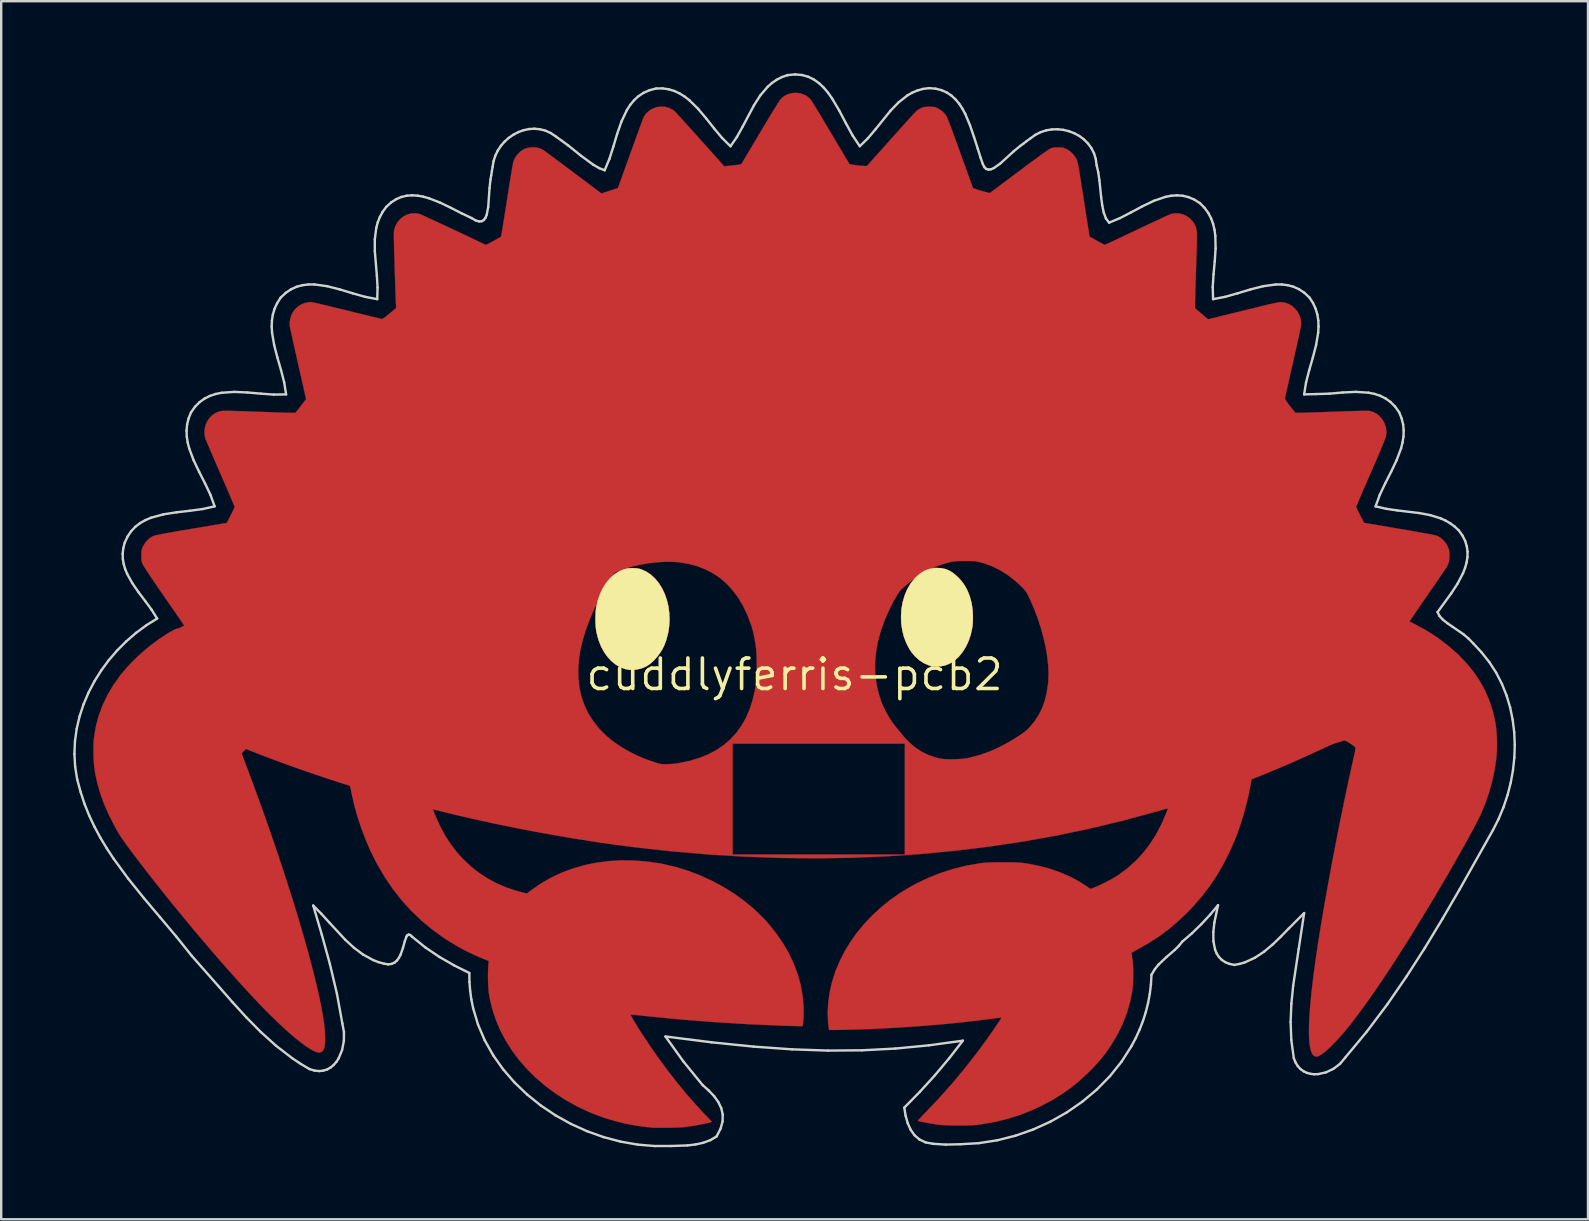
<source format=kicad_pcb>
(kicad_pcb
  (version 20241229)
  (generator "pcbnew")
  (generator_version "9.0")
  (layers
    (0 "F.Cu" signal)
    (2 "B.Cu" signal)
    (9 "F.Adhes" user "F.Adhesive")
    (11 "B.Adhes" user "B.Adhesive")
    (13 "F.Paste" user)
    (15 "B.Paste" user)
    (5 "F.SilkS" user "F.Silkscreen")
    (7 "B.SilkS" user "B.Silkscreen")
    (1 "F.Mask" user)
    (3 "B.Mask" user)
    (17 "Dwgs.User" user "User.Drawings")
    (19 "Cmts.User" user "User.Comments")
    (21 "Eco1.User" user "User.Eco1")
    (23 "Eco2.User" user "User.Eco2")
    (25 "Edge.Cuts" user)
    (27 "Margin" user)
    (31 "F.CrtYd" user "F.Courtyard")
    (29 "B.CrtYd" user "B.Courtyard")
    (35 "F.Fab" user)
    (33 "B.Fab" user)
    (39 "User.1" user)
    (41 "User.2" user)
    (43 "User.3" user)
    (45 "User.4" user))
  (footprint "cuddlyferris-pcb2"
    (layer "F.Cu")
    (at 30.05 25.05)
    (property "Reference" "cuddlyferris-pcb2" (at 0 0 0) (layer "F.SilkS") (effects (font (size 1.27 1.27) (thickness 0.15))))
    (attr through_hole)
    (fp_poly (pts (xy 0.259 -24.206) (xy 0.424 -24.144) (xy 0.517 -24.089) (xy 0.589 -24.031) (xy 0.66 -23.961) (xy 0.684 -23.934) (xy 0.706 -23.901) (xy 0.749 -23.835) (xy 0.808 -23.738) (xy 0.884 -23.615) (xy 0.973 -23.468) (xy 1.074 -23.3) (xy 1.185 -23.115) (xy 1.304 -22.916) (xy 1.429 -22.706) (xy 1.514 -22.564) (xy 1.64 -22.351) (xy 1.76 -22.148) (xy 1.872 -21.959) (xy 1.975 -21.787) (xy 2.066 -21.634) (xy 2.144 -21.503) (xy 2.207 -21.398) (xy 2.253 -21.321) (xy 2.281 -21.275) (xy 2.289 -21.263) (xy 2.315 -21.255) (xy 2.376 -21.243) (xy 2.464 -21.23) (xy 2.571 -21.217) (xy 2.651 -21.208) (xy 2.779 -21.195) (xy 2.873 -21.187) (xy 2.937 -21.183) (xy 2.979 -21.185) (xy 3.006 -21.19) (xy 3.023 -21.201) (xy 3.029 -21.207) (xy 3.048 -21.228) (xy 3.094 -21.278) (xy 3.163 -21.354) (xy 3.252 -21.454) (xy 3.361 -21.576) (xy 3.486 -21.715) (xy 3.624 -21.87) (xy 3.774 -22.038) (xy 3.934 -22.217) (xy 4.037 -22.332) (xy 4.202 -22.516) (xy 4.36 -22.693) (xy 4.509 -22.858) (xy 4.646 -23.011) (xy 4.769 -23.146) (xy 4.876 -23.263) (xy 4.963 -23.358) (xy 5.029 -23.429) (xy 5.07 -23.472) (xy 5.082 -23.483) (xy 5.143 -23.527) (xy 5.222 -23.574) (xy 5.271 -23.599) (xy 5.33 -23.624) (xy 5.385 -23.641) (xy 5.449 -23.65) (xy 5.534 -23.653) (xy 5.609 -23.654) (xy 5.715 -23.653) (xy 5.792 -23.647) (xy 5.852 -23.636) (xy 5.907 -23.617) (xy 5.95 -23.598) (xy 6.105 -23.504) (xy 6.241 -23.377) (xy 6.313 -23.286) (xy 6.335 -23.244) (xy 6.37 -23.164) (xy 6.418 -23.047) (xy 6.478 -22.891) (xy 6.551 -22.696) (xy 6.638 -22.462) (xy 6.737 -22.189) (xy 6.851 -21.876) (xy 6.902 -21.733) (xy 6.987 -21.495) (xy 7.068 -21.27) (xy 7.144 -21.059) (xy 7.214 -20.867) (xy 7.276 -20.695) (xy 7.329 -20.548) (xy 7.373 -20.429) (xy 7.405 -20.34) (xy 7.426 -20.285) (xy 7.433 -20.267) (xy 7.46 -20.254) (xy 7.518 -20.233) (xy 7.599 -20.207) (xy 7.696 -20.177) (xy 7.8 -20.147) (xy 7.903 -20.117) (xy 7.996 -20.092) (xy 8.072 -20.073) (xy 8.122 -20.063) (xy 8.138 -20.062) (xy 8.158 -20.077) (xy 8.209 -20.115) (xy 8.289 -20.174) (xy 8.394 -20.253) (xy 8.522 -20.349) (xy 8.67 -20.46) (xy 8.835 -20.583) (xy 9.015 -20.718) (xy 9.206 -20.862) (xy 9.346 -20.966) (xy 9.56 -21.127) (xy 9.763 -21.278) (xy 9.952 -21.417) (xy 10.124 -21.543) (xy 10.276 -21.654) (xy 10.407 -21.747) (xy 10.512 -21.821) (xy 10.59 -21.874) (xy 10.638 -21.904) (xy 10.647 -21.908) (xy 10.71 -21.934) (xy 10.77 -21.949) (xy 10.842 -21.957) (xy 10.938 -21.96) (xy 10.975 -21.96) (xy 11.076 -21.959) (xy 11.149 -21.953) (xy 11.208 -21.941) (xy 11.266 -21.92) (xy 11.326 -21.892) (xy 11.461 -21.808) (xy 11.585 -21.695) (xy 11.688 -21.567) (xy 11.739 -21.476) (xy 11.751 -21.449) (xy 11.762 -21.423) (xy 11.772 -21.396) (xy 11.782 -21.362) (xy 11.793 -21.321) (xy 11.804 -21.269) (xy 11.817 -21.203) (xy 11.833 -21.12) (xy 11.85 -21.018) (xy 11.871 -20.892) (xy 11.895 -20.742) (xy 11.924 -20.562) (xy 11.957 -20.351) (xy 11.995 -20.106) (xy 12.039 -19.824) (xy 12.067 -19.648) (xy 12.285 -18.245) (xy 12.593 -18.073) (xy 12.696 -18.015) (xy 12.788 -17.966) (xy 12.86 -17.928) (xy 12.907 -17.905) (xy 12.922 -17.9) (xy 12.944 -17.909) (xy 13.001 -17.935) (xy 13.091 -17.976) (xy 13.208 -18.031) (xy 13.352 -18.098) (xy 13.518 -18.176) (xy 13.703 -18.263) (xy 13.904 -18.358) (xy 14.118 -18.46) (xy 14.245 -18.52) (xy 14.468 -18.626) (xy 14.683 -18.728) (xy 14.886 -18.823) (xy 15.074 -18.911) (xy 15.243 -18.989) (xy 15.389 -19.057) (xy 15.51 -19.111) (xy 15.601 -19.151) (xy 15.659 -19.176) (xy 15.674 -19.182) (xy 15.841 -19.215) (xy 16.012 -19.21) (xy 16.18 -19.17) (xy 16.337 -19.097) (xy 16.478 -18.995) (xy 16.595 -18.867) (xy 16.667 -18.748) (xy 16.687 -18.708) (xy 16.704 -18.669) (xy 16.719 -18.63) (xy 16.731 -18.588) (xy 16.74 -18.539) (xy 16.748 -18.48) (xy 16.753 -18.408) (xy 16.756 -18.32) (xy 16.757 -18.214) (xy 16.756 -18.085) (xy 16.754 -17.93) (xy 16.749 -17.748) (xy 16.743 -17.534) (xy 16.735 -17.286) (xy 16.726 -17) (xy 16.72 -16.829) (xy 16.712 -16.576) (xy 16.705 -16.335) (xy 16.698 -16.11) (xy 16.693 -15.904) (xy 16.688 -15.72) (xy 16.684 -15.563) (xy 16.682 -15.434) (xy 16.681 -15.338) (xy 16.681 -15.277) (xy 16.683 -15.256) (xy 16.703 -15.241) (xy 16.749 -15.203) (xy 16.816 -15.147) (xy 16.898 -15.077) (xy 16.96 -15.024) (xy 17.224 -14.798) (xy 18.036 -14.998) (xy 18.251 -15.051) (xy 18.484 -15.108) (xy 18.724 -15.167) (xy 18.962 -15.225) (xy 19.186 -15.28) (xy 19.386 -15.33) (xy 19.494 -15.356) (xy 19.658 -15.396) (xy 19.813 -15.432) (xy 19.952 -15.463) (xy 20.071 -15.488) (xy 20.163 -15.506) (xy 20.223 -15.514) (xy 20.236 -15.515) (xy 20.415 -15.495) (xy 20.582 -15.438) (xy 20.732 -15.348) (xy 20.863 -15.231) (xy 20.968 -15.091) (xy 21.046 -14.932) (xy 21.09 -14.759) (xy 21.098 -14.578) (xy 21.095 -14.541) (xy 21.089 -14.502) (xy 21.073 -14.424) (xy 21.05 -14.313) (xy 21.02 -14.171) (xy 20.983 -14.002) (xy 20.941 -13.811) (xy 20.895 -13.6) (xy 20.844 -13.374) (xy 20.791 -13.136) (xy 20.754 -12.976) (xy 20.7 -12.734) (xy 20.648 -12.504) (xy 20.6 -12.289) (xy 20.556 -12.092) (xy 20.517 -11.918) (xy 20.484 -11.768) (xy 20.458 -11.647) (xy 20.439 -11.558) (xy 20.428 -11.504) (xy 20.426 -11.489) (xy 20.438 -11.461) (xy 20.473 -11.406) (xy 20.526 -11.331) (xy 20.592 -11.242) (xy 20.643 -11.177) (xy 20.86 -10.902) (xy 21.029 -10.902) (xy 21.08 -10.903) (xy 21.17 -10.905) (xy 21.293 -10.909) (xy 21.446 -10.914) (xy 21.624 -10.92) (xy 21.824 -10.927) (xy 22.04 -10.934) (xy 22.269 -10.942) (xy 22.507 -10.951) (xy 22.516 -10.951) (xy 22.788 -10.961) (xy 23.038 -10.969) (xy 23.264 -10.976) (xy 23.462 -10.981) (xy 23.631 -10.985) (xy 23.767 -10.986) (xy 23.867 -10.986) (xy 23.929 -10.984) (xy 23.943 -10.983) (xy 24.109 -10.936) (xy 24.26 -10.854) (xy 24.391 -10.743) (xy 24.5 -10.607) (xy 24.582 -10.451) (xy 24.635 -10.283) (xy 24.654 -10.106) (xy 24.64 -9.952) (xy 24.629 -9.909) (xy 24.606 -9.841) (xy 24.571 -9.748) (xy 24.523 -9.628) (xy 24.462 -9.478) (xy 24.386 -9.298) (xy 24.295 -9.085) (xy 24.189 -8.838) (xy 24.066 -8.555) (xy 24.002 -8.408) (xy 23.901 -8.178) (xy 23.806 -7.959) (xy 23.717 -7.754) (xy 23.636 -7.566) (xy 23.565 -7.399) (xy 23.503 -7.256) (xy 23.454 -7.139) (xy 23.418 -7.052) (xy 23.396 -6.997) (xy 23.39 -6.98) (xy 23.4 -6.953) (xy 23.426 -6.896) (xy 23.466 -6.815) (xy 23.516 -6.717) (xy 23.558 -6.637) (xy 23.725 -6.32) (xy 25.19 -6.071) (xy 25.511 -6.017) (xy 25.799 -5.967) (xy 26.051 -5.922) (xy 26.268 -5.883) (xy 26.448 -5.849) (xy 26.589 -5.821) (xy 26.691 -5.799) (xy 26.753 -5.783) (xy 26.766 -5.778) (xy 26.907 -5.7) (xy 27.036 -5.587) (xy 27.144 -5.448) (xy 27.192 -5.362) (xy 27.232 -5.278) (xy 27.257 -5.209) (xy 27.27 -5.138) (xy 27.278 -5.048) (xy 27.28 -5.007) (xy 27.274 -4.805) (xy 27.237 -4.632) (xy 27.171 -4.487) (xy 27.151 -4.457) (xy 27.11 -4.395) (xy 27.048 -4.305) (xy 26.969 -4.19) (xy 26.875 -4.052) (xy 26.768 -3.896) (xy 26.65 -3.724) (xy 26.523 -3.54) (xy 26.39 -3.346) (xy 26.368 -3.315) (xy 26.235 -3.123) (xy 26.111 -2.941) (xy 25.995 -2.773) (xy 25.891 -2.622) (xy 25.801 -2.489) (xy 25.727 -2.379) (xy 25.67 -2.295) (xy 25.632 -2.238) (xy 25.616 -2.213) (xy 25.616 -2.212) (xy 25.636 -2.201) (xy 25.686 -2.175) (xy 25.758 -2.138) (xy 25.823 -2.106) (xy 26.316 -1.838) (xy 26.777 -1.543) (xy 27.208 -1.219) (xy 27.609 -0.866) (xy 27.683 -0.795) (xy 28.016 -0.444) (xy 28.309 -0.079) (xy 28.562 0.299) (xy 28.775 0.692) (xy 28.95 1.1) (xy 29.087 1.525) (xy 29.187 1.967) (xy 29.223 2.201) (xy 29.239 2.355) (xy 29.25 2.539) (xy 29.256 2.74) (xy 29.258 2.948) (xy 29.255 3.149) (xy 29.246 3.333) (xy 29.234 3.482) (xy 29.164 3.952) (xy 29.064 4.424) (xy 28.936 4.891) (xy 28.782 5.342) (xy 28.607 5.77) (xy 28.498 5.997) (xy 28.376 6.235) (xy 28.233 6.505) (xy 28.071 6.803) (xy 27.892 7.126) (xy 27.699 7.47) (xy 27.494 7.832) (xy 27.277 8.207) (xy 27.053 8.593) (xy 26.823 8.985) (xy 26.588 9.381) (xy 26.351 9.775) (xy 26.114 10.166) (xy 25.88 10.549) (xy 25.65 10.92) (xy 25.567 11.053) (xy 25.232 11.581) (xy 24.906 12.086) (xy 24.589 12.566) (xy 24.283 13.019) (xy 23.989 13.443) (xy 23.709 13.836) (xy 23.444 14.196) (xy 23.195 14.52) (xy 23.086 14.658) (xy 22.898 14.887) (xy 22.715 15.098) (xy 22.539 15.289) (xy 22.373 15.46) (xy 22.219 15.606) (xy 22.079 15.727) (xy 21.954 15.82) (xy 21.849 15.883) (xy 21.764 15.914) (xy 21.735 15.917) (xy 21.656 15.898) (xy 21.589 15.839) (xy 21.533 15.741) (xy 21.489 15.603) (xy 21.456 15.425) (xy 21.435 15.208) (xy 21.426 14.952) (xy 21.428 14.655) (xy 21.442 14.318) (xy 21.467 13.941) (xy 21.504 13.524) (xy 21.552 13.066) (xy 21.612 12.568) (xy 21.684 12.03) (xy 21.717 11.79) (xy 21.787 11.317) (xy 21.867 10.809) (xy 21.955 10.268) (xy 22.052 9.701) (xy 22.155 9.112) (xy 22.265 8.505) (xy 22.38 7.885) (xy 22.5 7.257) (xy 22.623 6.625) (xy 22.749 5.995) (xy 22.876 5.37) (xy 23.005 4.756) (xy 23.134 4.157) (xy 23.262 3.578) (xy 23.283 3.484) (xy 23.31 3.361) (xy 23.334 3.25) (xy 23.352 3.159) (xy 23.364 3.095) (xy 23.368 3.066) (xy 23.353 3.032) (xy 23.307 2.987) (xy 23.228 2.927) (xy 23.113 2.852) (xy 23.049 2.811) (xy 22.98 2.771) (xy 22.935 2.751) (xy 22.901 2.747) (xy 22.865 2.757) (xy 22.853 2.762) (xy 22.799 2.78) (xy 22.72 2.803) (xy 22.632 2.825) (xy 22.627 2.826) (xy 22.544 2.851) (xy 22.43 2.893) (xy 22.293 2.951) (xy 22.137 3.02) (xy 22.066 3.053) (xy 21.336 3.391) (xy 20.612 3.713) (xy 19.904 4.014) (xy 19.473 4.19) (xy 19.347 4.241) (xy 19.235 4.286) (xy 19.143 4.324) (xy 19.076 4.351) (xy 19.041 4.366) (xy 19.036 4.368) (xy 19.032 4.389) (xy 19.021 4.444) (xy 19.006 4.526) (xy 18.987 4.627) (xy 18.978 4.678) (xy 18.901 5.056) (xy 18.807 5.448) (xy 18.699 5.843) (xy 18.581 6.228) (xy 18.455 6.59) (xy 18.377 6.795) (xy 18.14 7.344) (xy 17.883 7.86) (xy 17.604 8.345) (xy 17.299 8.804) (xy 16.965 9.241) (xy 16.601 9.66) (xy 16.342 9.928) (xy 15.958 10.292) (xy 15.569 10.62) (xy 15.168 10.918) (xy 14.746 11.19) (xy 14.296 11.444) (xy 14.259 11.464) (xy 14.171 11.511) (xy 14.1 11.552) (xy 14.051 11.584) (xy 14.034 11.601) (xy 14.034 11.601) (xy 14.037 11.629) (xy 14.046 11.689) (xy 14.059 11.771) (xy 14.069 11.827) (xy 14.086 11.96) (xy 14.098 12.124) (xy 14.105 12.31) (xy 14.107 12.507) (xy 14.104 12.704) (xy 14.096 12.892) (xy 14.082 13.059) (xy 14.069 13.166) (xy 13.974 13.643) (xy 13.839 14.108) (xy 13.662 14.562) (xy 13.445 15.005) (xy 13.187 15.436) (xy 13.07 15.609) (xy 12.919 15.817) (xy 12.766 16.011) (xy 12.603 16.199) (xy 12.422 16.393) (xy 12.219 16.596) (xy 11.868 16.919) (xy 11.51 17.211) (xy 11.137 17.476) (xy 10.739 17.721) (xy 10.308 17.952) (xy 10.307 17.952) (xy 9.823 18.176) (xy 9.333 18.365) (xy 8.83 18.52) (xy 8.309 18.643) (xy 7.764 18.736) (xy 7.599 18.758) (xy 7.476 18.769) (xy 7.321 18.777) (xy 7.14 18.783) (xy 6.944 18.785) (xy 6.741 18.785) (xy 6.539 18.781) (xy 6.348 18.776) (xy 6.175 18.767) (xy 6.031 18.756) (xy 5.954 18.747) (xy 5.851 18.732) (xy 5.733 18.712) (xy 5.607 18.69) (xy 5.483 18.667) (xy 5.367 18.645) (xy 5.267 18.624) (xy 5.19 18.607) (xy 5.144 18.594) (xy 5.137 18.591) (xy 5.146 18.573) (xy 5.181 18.53) (xy 5.238 18.466) (xy 5.314 18.384) (xy 5.404 18.29) (xy 5.466 18.227) (xy 6.023 17.642) (xy 6.559 17.04) (xy 7.081 16.413) (xy 7.596 15.753) (xy 7.655 15.674) (xy 7.764 15.527) (xy 7.879 15.37) (xy 7.996 15.208) (xy 8.112 15.046) (xy 8.223 14.888) (xy 8.326 14.74) (xy 8.417 14.605) (xy 8.494 14.49) (xy 8.553 14.399) (xy 8.59 14.337) (xy 8.593 14.332) (xy 8.608 14.3) (xy 8.601 14.288) (xy 8.564 14.29) (xy 8.537 14.295) (xy 8.494 14.301) (xy 8.416 14.311) (xy 8.308 14.326) (xy 8.178 14.343) (xy 8.031 14.361) (xy 7.875 14.381) (xy 7.873 14.382) (xy 7.001 14.484) (xy 6.092 14.574) (xy 5.15 14.65) (xy 4.18 14.714) (xy 3.418 14.753) (xy 3.235 14.761) (xy 3.04 14.769) (xy 2.838 14.776) (xy 2.635 14.782) (xy 2.433 14.788) (xy 2.238 14.794) (xy 2.055 14.798) (xy 1.886 14.801) (xy 1.738 14.804) (xy 1.615 14.805) (xy 1.52 14.805) (xy 1.459 14.803) (xy 1.436 14.8) (xy 1.429 14.774) (xy 1.419 14.715) (xy 1.409 14.632) (xy 1.399 14.54) (xy 1.379 14.106) (xy 1.399 13.671) (xy 1.46 13.236) (xy 1.559 12.805) (xy 1.695 12.379) (xy 1.867 11.961) (xy 2.074 11.551) (xy 2.315 11.152) (xy 2.588 10.766) (xy 2.893 10.394) (xy 3.227 10.04) (xy 3.59 9.705) (xy 3.98 9.39) (xy 4.397 9.098) (xy 4.839 8.831) (xy 5.048 8.718) (xy 5.561 8.472) (xy 6.08 8.265) (xy 6.609 8.095) (xy 7.154 7.962) (xy 7.721 7.862) (xy 7.736 7.86) (xy 7.828 7.848) (xy 7.922 7.839) (xy 8.024 7.832) (xy 8.141 7.827) (xy 8.28 7.824) (xy 8.447 7.822) (xy 8.648 7.822) (xy 8.689 7.822) (xy 8.886 7.822) (xy 9.048 7.824) (xy 9.182 7.826) (xy 9.293 7.83) (xy 9.389 7.836) (xy 9.477 7.844) (xy 9.563 7.854) (xy 9.654 7.867) (xy 9.673 7.87) (xy 10.146 7.96) (xy 10.602 8.08) (xy 11.037 8.229) (xy 11.448 8.404) (xy 11.831 8.605) (xy 12.147 8.806) (xy 12.323 8.929) (xy 12.464 8.877) (xy 12.605 8.82) (xy 12.769 8.745) (xy 12.946 8.657) (xy 13.124 8.564) (xy 13.292 8.47) (xy 13.44 8.381) (xy 13.494 8.345) (xy 13.862 8.073) (xy 14.201 7.77) (xy 14.513 7.435) (xy 14.796 7.069) (xy 15.05 6.671) (xy 15.277 6.243) (xy 15.462 5.814) (xy 15.497 5.723) (xy 15.526 5.647) (xy 15.544 5.594) (xy 15.55 5.574) (xy 15.55 5.574) (xy 15.529 5.578) (xy 15.473 5.593) (xy 15.386 5.617) (xy 15.274 5.648) (xy 15.142 5.685) (xy 14.994 5.727) (xy 14.954 5.739) (xy 13.621 6.1) (xy 12.269 6.423) (xy 10.899 6.709) (xy 9.512 6.957) (xy 8.108 7.167) (xy 6.688 7.34) (xy 5.254 7.476) (xy 3.806 7.573) (xy 2.344 7.633) (xy 0.87 7.655) (xy -0.615 7.638) (xy -2.111 7.584) (xy -3.617 7.492) (xy -5.133 7.362) (xy -6.656 7.194) (xy -7.387 7.1) (xy -8.225 6.981) (xy -9.086 6.847) (xy -9.959 6.699) (xy -10.838 6.54) (xy -11.715 6.37) (xy -12.58 6.192) (xy -13.425 6.006) (xy -14.243 5.815) (xy -14.848 5.665) (xy -14.936 5.643) (xy -15.006 5.626) (xy -15.051 5.617) (xy -15.063 5.616) (xy -15.057 5.636) (xy -15.039 5.687) (xy -15.011 5.761) (xy -14.983 5.831) (xy -14.787 6.277) (xy -14.567 6.69) (xy -14.319 7.073) (xy -14.044 7.427) (xy -13.822 7.67) (xy -13.492 7.983) (xy -13.145 8.259) (xy -12.777 8.5) (xy -12.387 8.707) (xy -11.972 8.881) (xy -11.53 9.023) (xy -11.392 9.06) (xy -11.152 9.121) (xy -10.947 8.965) (xy -10.553 8.693) (xy -10.134 8.454) (xy -9.693 8.248) (xy -9.232 8.077) (xy -8.753 7.94) (xy -8.258 7.837) (xy -7.749 7.77) (xy -7.229 7.739) (xy -6.7 7.744) (xy -6.165 7.785) (xy -5.625 7.864) (xy -5.461 7.895) (xy -4.937 8.019) (xy -4.421 8.179) (xy -3.916 8.373) (xy -3.424 8.599) (xy -2.951 8.854) (xy -2.499 9.138) (xy -2.072 9.447) (xy -1.674 9.78) (xy -1.308 10.135) (xy -1.098 10.367) (xy -0.771 10.773) (xy -0.484 11.188) (xy -0.239 11.612) (xy -0.034 12.043) (xy 0.13 12.481) (xy 0.253 12.926) (xy 0.334 13.376) (xy 0.373 13.832) (xy 0.374 13.864) (xy 0.376 13.994) (xy 0.375 14.129) (xy 0.371 14.262) (xy 0.365 14.386) (xy 0.357 14.494) (xy 0.347 14.577) (xy 0.336 14.63) (xy 0.329 14.643) (xy 0.306 14.645) (xy 0.245 14.645) (xy 0.152 14.644) (xy 0.031 14.642) (xy -0.112 14.639) (xy -0.274 14.634) (xy -0.429 14.629) (xy -1.933 14.564) (xy -3.406 14.474) (xy -4.845 14.359) (xy -6.23 14.222) (xy -6.384 14.206) (xy -6.523 14.192) (xy -6.642 14.18) (xy -6.737 14.172) (xy -6.801 14.168) (xy -6.83 14.168) (xy -6.83 14.168) (xy -6.824 14.19) (xy -6.797 14.244) (xy -6.751 14.327) (xy -6.688 14.433) (xy -6.61 14.561) (xy -6.52 14.707) (xy -6.419 14.866) (xy -6.343 14.986) (xy -6 15.502) (xy -5.642 16.013) (xy -5.272 16.514) (xy -4.895 16.997) (xy -4.515 17.459) (xy -4.137 17.894) (xy -3.765 18.295) (xy -3.654 18.409) (xy -3.579 18.486) (xy -3.517 18.553) (xy -3.473 18.603) (xy -3.452 18.63) (xy -3.451 18.634) (xy -3.484 18.649) (xy -3.553 18.668) (xy -3.652 18.691) (xy -3.773 18.717) (xy -3.912 18.743) (xy -4.061 18.77) (xy -4.215 18.796) (xy -4.367 18.819) (xy -4.511 18.839) (xy -4.64 18.855) (xy -4.675 18.859) (xy -4.744 18.864) (xy -4.845 18.868) (xy -4.97 18.871) (xy -5.112 18.874) (xy -5.264 18.876) (xy -5.418 18.878) (xy -5.568 18.878) (xy -5.705 18.877) (xy -5.823 18.876) (xy -5.915 18.873) (xy -5.973 18.87) (xy -5.98 18.869) (xy -6.017 18.864) (xy -6.086 18.856) (xy -6.176 18.846) (xy -6.255 18.838) (xy -6.639 18.785) (xy -7.044 18.706) (xy -7.456 18.605) (xy -7.865 18.484) (xy -8.258 18.346) (xy -8.57 18.22) (xy -9.067 17.985) (xy -9.539 17.722) (xy -9.984 17.434) (xy -10.403 17.121) (xy -10.792 16.786) (xy -11.15 16.43) (xy -11.478 16.055) (xy -11.772 15.662) (xy -12.031 15.253) (xy -12.256 14.829) (xy -12.443 14.393) (xy -12.591 13.945) (xy -12.7 13.487) (xy -12.735 13.283) (xy -12.75 13.154) (xy -12.761 12.993) (xy -12.769 12.812) (xy -12.773 12.622) (xy -12.772 12.433) (xy -12.767 12.256) (xy -12.758 12.118) (xy -12.743 11.927) (xy -12.928 11.856) (xy -13.302 11.699) (xy -13.689 11.512) (xy -14.077 11.301) (xy -14.456 11.071) (xy -14.605 10.974) (xy -15.089 10.626) (xy -15.543 10.25) (xy -15.967 9.843) (xy -16.363 9.406) (xy -16.731 8.938) (xy -17.071 8.438) (xy -17.384 7.906) (xy -17.474 7.737) (xy -17.679 7.318) (xy -17.871 6.87) (xy -18.047 6.405) (xy -18.203 5.933) (xy -18.336 5.464) (xy -18.441 5.009) (xy -18.469 4.868) (xy -18.487 4.779) (xy -18.504 4.705) (xy -18.519 4.656) (xy -18.525 4.643) (xy -18.556 4.623) (xy -18.611 4.603) (xy -18.633 4.596) (xy -18.692 4.58) (xy -18.786 4.551) (xy -18.911 4.511) (xy -19.061 4.463) (xy -19.231 4.407) (xy -19.417 4.346) (xy -19.613 4.28) (xy -19.815 4.213) (xy -20.017 4.144) (xy -20.215 4.077) (xy -20.404 4.012) (xy -20.579 3.951) (xy -20.68 3.916) (xy -20.965 3.814) (xy -21.258 3.708) (xy -21.551 3.6) (xy -21.837 3.494) (xy -22.108 3.392) (xy -22.355 3.297) (xy -22.571 3.212) (xy -22.601 3.2) (xy -22.86 3.096) (xy -22.944 3.188) (xy -22.99 3.239) (xy -23.021 3.276) (xy -23.029 3.291) (xy -23.022 3.312) (xy -23.002 3.369) (xy -22.97 3.454) (xy -22.93 3.564) (xy -22.881 3.693) (xy -22.828 3.836) (xy -22.819 3.857) (xy -22.563 4.545) (xy -22.312 5.229) (xy -22.069 5.909) (xy -21.833 6.581) (xy -21.605 7.244) (xy -21.387 7.897) (xy -21.177 8.537) (xy -20.978 9.161) (xy -20.788 9.77) (xy -20.61 10.359) (xy -20.444 10.928) (xy -20.29 11.474) (xy -20.149 11.996) (xy -20.021 12.492) (xy -19.907 12.959) (xy -19.808 13.396) (xy -19.724 13.801) (xy -19.656 14.171) (xy -19.604 14.506) (xy -19.59 14.615) (xy -19.575 14.764) (xy -19.565 14.923) (xy -19.56 15.085) (xy -19.56 15.238) (xy -19.565 15.374) (xy -19.575 15.482) (xy -19.582 15.518) (xy -19.619 15.625) (xy -19.677 15.701) (xy -19.752 15.742) (xy -19.799 15.748) (xy -19.897 15.732) (xy -20.019 15.684) (xy -20.165 15.605) (xy -20.333 15.497) (xy -20.522 15.361) (xy -20.73 15.198) (xy -20.955 15.01) (xy -21.196 14.796) (xy -21.452 14.56) (xy -21.721 14.301) (xy -22.002 14.022) (xy -22.238 13.779) (xy -22.595 13.403) (xy -22.972 12.995) (xy -23.365 12.56) (xy -23.772 12.101) (xy -24.188 11.622) (xy -24.612 11.128) (xy -25.038 10.622) (xy -25.465 10.108) (xy -25.888 9.59) (xy -26.305 9.073) (xy -26.712 8.559) (xy -27.106 8.053) (xy -27.483 7.559) (xy -27.574 7.438) (xy -27.718 7.246) (xy -27.839 7.081) (xy -27.942 6.937) (xy -28.03 6.81) (xy -28.107 6.693) (xy -28.177 6.581) (xy -28.243 6.467) (xy -28.31 6.346) (xy -28.337 6.297) (xy -28.56 5.856) (xy -28.749 5.429) (xy -28.904 5.011) (xy -29.028 4.596) (xy -29.123 4.18) (xy -29.148 4.041) (xy -29.174 3.851) (xy -29.193 3.632) (xy -29.204 3.395) (xy -29.208 3.155) (xy -29.204 2.922) (xy -29.192 2.71) (xy -29.179 2.582) (xy -29.102 2.136) (xy -28.985 1.702) (xy -28.827 1.278) (xy -28.629 0.863) (xy -28.39 0.457) (xy -28.11 0.059) (xy -28.072 0.011) (xy -27.853 -0.251) (xy -9.011 -0.251) (xy -9.007 0.152) (xy -8.964 0.538) (xy -8.883 0.906) (xy -8.763 1.258) (xy -8.604 1.594) (xy -8.405 1.914) (xy -8.167 2.22) (xy -8.072 2.326) (xy -7.829 2.564) (xy -7.548 2.791) (xy -7.236 3.005) (xy -6.898 3.203) (xy -6.538 3.382) (xy -6.162 3.539) (xy -5.774 3.672) (xy -5.63 3.713) (xy -5.526 3.731) (xy -5.388 3.738) (xy -5.224 3.733) (xy -5.041 3.718) (xy -4.846 3.691) (xy -4.794 3.683) (xy -4.366 3.593) (xy -3.968 3.473) (xy -3.6 3.324) (xy -3.263 3.146) (xy -2.957 2.938) (xy -2.887 2.879) (xy -2.582 2.879) (xy -2.582 7.493) (xy 4.593 7.493) (xy 4.593 2.879) (xy -2.582 2.879) (xy -2.887 2.879) (xy -2.68 2.701) (xy -2.434 2.434) (xy -2.218 2.137) (xy -2.032 1.811) (xy -1.876 1.455) (xy -1.751 1.069) (xy -1.655 0.653) (xy -1.605 0.339) (xy -1.595 0.233) (xy -1.587 0.094) (xy -1.582 -0.069) (xy -1.579 -0.247) (xy -1.579 -0.431) (xy -1.579 -0.47) (xy 3.352 -0.47) (xy 3.359 -0.047) (xy 3.408 0.368) (xy 3.498 0.775) (xy 3.613 1.132) (xy 3.706 1.353) (xy 3.821 1.582) (xy 3.95 1.804) (xy 4.085 2.007) (xy 4.164 2.11) (xy 4.289 2.264) (xy 4.391 2.39) (xy 4.475 2.492) (xy 4.544 2.574) (xy 4.6 2.64) (xy 4.65 2.695) (xy 4.695 2.743) (xy 4.739 2.788) (xy 4.743 2.792) (xy 4.992 3.011) (xy 5.263 3.194) (xy 5.555 3.341) (xy 5.866 3.45) (xy 6.094 3.503) (xy 6.221 3.52) (xy 6.379 3.528) (xy 6.556 3.53) (xy 6.744 3.525) (xy 6.929 3.513) (xy 7.103 3.495) (xy 7.253 3.471) (xy 7.281 3.465) (xy 7.708 3.352) (xy 8.135 3.2) (xy 8.561 3.007) (xy 8.99 2.774) (xy 9.336 2.558) (xy 9.482 2.458) (xy 9.599 2.371) (xy 9.695 2.29) (xy 9.779 2.207) (xy 9.797 2.188) (xy 10.001 1.941) (xy 10.172 1.677) (xy 10.312 1.393) (xy 10.422 1.086) (xy 10.503 0.753) (xy 10.556 0.389) (xy 10.566 0.294) (xy 10.578 -0.026) (xy 10.564 -0.373) (xy 10.525 -0.741) (xy 10.461 -1.126) (xy 10.373 -1.521) (xy 10.264 -1.923) (xy 10.134 -2.326) (xy 9.984 -2.724) (xy 9.816 -3.112) (xy 9.778 -3.193) (xy 9.72 -3.311) (xy 9.672 -3.4) (xy 9.624 -3.472) (xy 9.571 -3.538) (xy 9.505 -3.609) (xy 9.498 -3.617) (xy 9.192 -3.903) (xy 8.875 -4.149) (xy 8.549 -4.354) (xy 8.211 -4.519) (xy 7.863 -4.643) (xy 7.748 -4.674) (xy 7.667 -4.693) (xy 7.597 -4.708) (xy 7.528 -4.718) (xy 7.451 -4.725) (xy 7.358 -4.728) (xy 7.24 -4.73) (xy 7.101 -4.73) (xy 6.951 -4.73) (xy 6.833 -4.728) (xy 6.739 -4.723) (xy 6.661 -4.716) (xy 6.587 -4.705) (xy 6.511 -4.689) (xy 6.445 -4.674) (xy 6.319 -4.641) (xy 6.178 -4.599) (xy 6.044 -4.556) (xy 5.992 -4.537) (xy 5.771 -4.456) (xy 5.981 -4.443) (xy 6.185 -4.417) (xy 6.367 -4.364) (xy 6.536 -4.279) (xy 6.699 -4.16) (xy 6.854 -4.013) (xy 7.031 -3.795) (xy 7.177 -3.55) (xy 7.29 -3.28) (xy 7.37 -2.985) (xy 7.416 -2.667) (xy 7.429 -2.379) (xy 7.414 -2.089) (xy 7.371 -1.811) (xy 7.3 -1.546) (xy 7.205 -1.299) (xy 7.087 -1.072) (xy 6.948 -0.87) (xy 6.79 -0.695) (xy 6.615 -0.55) (xy 6.425 -0.441) (xy 6.233 -0.371) (xy 6.113 -0.35) (xy 5.973 -0.34) (xy 5.831 -0.343) (xy 5.701 -0.356) (xy 5.629 -0.372) (xy 5.418 -0.456) (xy 5.221 -0.578) (xy 5.041 -0.734) (xy 4.879 -0.923) (xy 4.739 -1.142) (xy 4.622 -1.387) (xy 4.531 -1.656) (xy 4.517 -1.709) (xy 4.459 -2.016) (xy 4.435 -2.331) (xy 4.446 -2.648) (xy 4.49 -2.958) (xy 4.568 -3.253) (xy 4.615 -3.38) (xy 4.675 -3.515) (xy 4.747 -3.653) (xy 4.823 -3.781) (xy 4.896 -3.885) (xy 4.917 -3.912) (xy 4.985 -3.99) (xy 4.9 -3.928) (xy 4.826 -3.872) (xy 4.738 -3.8) (xy 4.643 -3.72) (xy 4.552 -3.641) (xy 4.473 -3.571) (xy 4.417 -3.517) (xy 4.411 -3.51) (xy 4.354 -3.439) (xy 4.285 -3.334) (xy 4.206 -3.201) (xy 4.121 -3.048) (xy 4.034 -2.879) (xy 3.946 -2.701) (xy 3.862 -2.52) (xy 3.784 -2.341) (xy 3.74 -2.233) (xy 3.581 -1.782) (xy 3.463 -1.337) (xy 3.387 -0.9) (xy 3.352 -0.47) (xy -1.579 -0.47) (xy -1.581 -0.613) (xy -1.585 -0.784) (xy -1.592 -0.933) (xy -1.601 -1.053) (xy -1.604 -1.079) (xy -1.643 -1.357) (xy -1.687 -1.603) (xy -1.738 -1.825) (xy -1.799 -2.034) (xy -1.811 -2.067) (xy -1.966 -2.479) (xy -2.145 -2.857) (xy -2.348 -3.199) (xy -2.575 -3.506) (xy -2.826 -3.778) (xy -3.1 -4.016) (xy -3.399 -4.218) (xy -3.721 -4.386) (xy -4.068 -4.519) (xy -4.439 -4.617) (xy -4.826 -4.679) (xy -5.074 -4.697) (xy -5.35 -4.698) (xy -5.646 -4.683) (xy -5.951 -4.653) (xy -6.256 -4.608) (xy -6.551 -4.55) (xy -6.64 -4.529) (xy -6.771 -4.496) (xy -6.863 -4.472) (xy -6.916 -4.455) (xy -6.933 -4.444) (xy -6.915 -4.438) (xy -6.864 -4.434) (xy -6.781 -4.433) (xy -6.756 -4.432) (xy -6.631 -4.429) (xy -6.534 -4.419) (xy -6.449 -4.401) (xy -6.392 -4.383) (xy -6.18 -4.288) (xy -5.983 -4.155) (xy -5.803 -3.987) (xy -5.642 -3.788) (xy -5.503 -3.559) (xy -5.388 -3.305) (xy -5.298 -3.027) (xy -5.268 -2.9) (xy -5.238 -2.712) (xy -5.221 -2.499) (xy -5.217 -2.274) (xy -5.226 -2.052) (xy -5.248 -1.848) (xy -5.268 -1.736) (xy -5.346 -1.441) (xy -5.449 -1.178) (xy -5.578 -0.942) (xy -5.736 -0.728) (xy -5.842 -0.612) (xy -6.01 -0.459) (xy -6.177 -0.344) (xy -6.349 -0.264) (xy -6.534 -0.215) (xy -6.689 -0.197) (xy -6.906 -0.204) (xy -7.116 -0.251) (xy -7.316 -0.334) (xy -7.503 -0.453) (xy -7.677 -0.605) (xy -7.833 -0.788) (xy -7.971 -0.998) (xy -8.089 -1.235) (xy -8.183 -1.495) (xy -8.252 -1.776) (xy -8.269 -1.87) (xy -8.284 -1.982) (xy -8.292 -2.095) (xy -8.294 -2.223) (xy -8.291 -2.378) (xy -8.29 -2.423) (xy -8.285 -2.545) (xy -8.279 -2.657) (xy -8.273 -2.75) (xy -8.268 -2.816) (xy -8.265 -2.836) (xy -8.253 -2.91) (xy -8.295 -2.836) (xy -8.333 -2.76) (xy -8.381 -2.654) (xy -8.437 -2.524) (xy -8.498 -2.379) (xy -8.558 -2.229) (xy -8.616 -2.08) (xy -8.667 -1.942) (xy -8.698 -1.853) (xy -8.819 -1.463) (xy -8.909 -1.092) (xy -8.971 -0.73) (xy -9.005 -0.368) (xy -9.011 -0.251) (xy -27.853 -0.251) (xy -27.807 -0.305) (xy -27.508 -0.618) (xy -27.181 -0.922) (xy -26.836 -1.21) (xy -26.478 -1.476) (xy -26.116 -1.713) (xy -25.948 -1.812) (xy -25.86 -1.859) (xy -25.786 -1.894) (xy -25.733 -1.913) (xy -25.713 -1.915) (xy -25.679 -1.918) (xy -25.622 -1.939) (xy -25.553 -1.973) (xy -25.553 -1.973) (xy -25.425 -2.044) (xy -26.038 -2.932) (xy -8.255 -2.932) (xy -8.244 -2.921) (xy -8.234 -2.932) (xy -8.244 -2.942) (xy -8.255 -2.932) (xy -26.038 -2.932) (xy -26.251 -3.239) (xy -26.392 -3.444) (xy -26.528 -3.642) (xy -26.655 -3.829) (xy -26.773 -4.003) (xy -26.849 -4.117) (xy -7.587 -4.117) (xy -7.507 -4.177) (xy -7.436 -4.227) (xy -7.358 -4.278) (xy -7.339 -4.289) (xy -7.298 -4.316) (xy -7.287 -4.329) (xy -7.301 -4.327) (xy -7.416 -4.285) (xy -7.498 -4.232) (xy -7.538 -4.186) (xy -7.587 -4.117) (xy -26.849 -4.117) (xy -26.878 -4.16) (xy -26.969 -4.297) (xy -27.004 -4.35) (xy -7.239 -4.35) (xy -7.228 -4.339) (xy -7.218 -4.35) (xy -7.228 -4.36) (xy -7.239 -4.35) (xy -27.004 -4.35) (xy -27.018 -4.371) (xy -7.176 -4.371) (xy -7.165 -4.36) (xy -7.154 -4.371) (xy -7.165 -4.381) (xy -7.176 -4.371) (xy -27.018 -4.371) (xy -27.032 -4.392) (xy -7.112 -4.392) (xy -7.101 -4.381) (xy -7.091 -4.392) (xy -7.101 -4.403) (xy -7.112 -4.392) (xy -27.032 -4.392) (xy -27.044 -4.411) (xy -27.048 -4.417) (xy -7.041 -4.417) (xy -7.039 -4.404) (xy -7.027 -4.403) (xy -7.01 -4.41) (xy -7.013 -4.417) (xy -7.038 -4.419) (xy -7.041 -4.417) (xy -27.048 -4.417) (xy -27.1 -4.498) (xy -27.134 -4.555) (xy -27.144 -4.572) (xy -27.172 -4.635) (xy -27.191 -4.687) (xy -27.203 -4.741) (xy -27.208 -4.809) (xy -27.21 -4.902) (xy -27.21 -4.954) (xy -27.209 -5.06) (xy -27.206 -5.136) (xy -27.198 -5.195) (xy -27.182 -5.247) (xy -27.157 -5.305) (xy -27.13 -5.36) (xy -27.027 -5.525) (xy -26.896 -5.658) (xy -26.74 -5.759) (xy -26.726 -5.765) (xy -26.696 -5.777) (xy -26.652 -5.791) (xy -26.591 -5.806) (xy -26.51 -5.824) (xy -26.406 -5.845) (xy -26.277 -5.869) (xy -26.121 -5.898) (xy -25.933 -5.931) (xy -25.713 -5.97) (xy -25.456 -6.014) (xy -25.16 -6.064) (xy -25.135 -6.068) (xy -23.654 -6.318) (xy -23.491 -6.636) (xy -23.436 -6.743) (xy -23.39 -6.839) (xy -23.354 -6.915) (xy -23.332 -6.967) (xy -23.327 -6.984) (xy -23.335 -7.008) (xy -23.358 -7.068) (xy -23.397 -7.16) (xy -23.448 -7.281) (xy -23.51 -7.429) (xy -23.583 -7.599) (xy -23.665 -7.789) (xy -23.754 -7.996) (xy -23.85 -8.216) (xy -23.926 -8.392) (xy -24.026 -8.621) (xy -24.122 -8.841) (xy -24.211 -9.047) (xy -24.293 -9.237) (xy -24.366 -9.407) (xy -24.429 -9.554) (xy -24.48 -9.675) (xy -24.518 -9.765) (xy -24.542 -9.823) (xy -24.549 -9.842) (xy -24.582 -10.024) (xy -24.578 -10.207) (xy -24.54 -10.384) (xy -24.469 -10.549) (xy -24.369 -10.696) (xy -24.242 -10.819) (xy -24.105 -10.905) (xy -24.017 -10.942) (xy -23.919 -10.971) (xy -23.869 -10.981) (xy -23.818 -10.985) (xy -23.726 -10.986) (xy -23.593 -10.985) (xy -23.421 -10.982) (xy -23.21 -10.977) (xy -22.961 -10.969) (xy -22.676 -10.96) (xy -22.443 -10.951) (xy -22.206 -10.943) (xy -21.977 -10.934) (xy -21.761 -10.927) (xy -21.561 -10.92) (xy -21.383 -10.914) (xy -21.23 -10.909) (xy -21.106 -10.905) (xy -21.016 -10.903) (xy -20.964 -10.902) (xy -20.964 -10.902) (xy -20.794 -10.901) (xy -20.571 -11.186) (xy -20.349 -11.471) (xy -20.682 -12.948) (xy -20.738 -13.194) (xy -20.791 -13.431) (xy -20.841 -13.654) (xy -20.886 -13.859) (xy -20.927 -14.044) (xy -20.962 -14.205) (xy -20.991 -14.338) (xy -21.012 -14.44) (xy -21.026 -14.506) (xy -21.03 -14.531) (xy -21.032 -14.655) (xy -21.013 -14.795) (xy -20.976 -14.935) (xy -20.942 -15.022) (xy -20.847 -15.175) (xy -20.721 -15.306) (xy -20.572 -15.408) (xy -20.406 -15.477) (xy -20.245 -15.508) (xy -20.221 -15.51) (xy -20.2 -15.513) (xy -20.18 -15.514) (xy -20.158 -15.514) (xy -20.131 -15.512) (xy -20.097 -15.508) (xy -20.054 -15.501) (xy -19.999 -15.49) (xy -19.928 -15.475) (xy -19.84 -15.455) (xy -19.733 -15.43) (xy -19.602 -15.399) (xy -19.446 -15.361) (xy -19.263 -15.316) (xy -19.049 -15.264) (xy -18.802 -15.203) (xy -18.519 -15.134) (xy -18.198 -15.055) (xy -18.161 -15.046) (xy -17.967 -14.998) (xy -17.785 -14.954) (xy -17.62 -14.914) (xy -17.475 -14.879) (xy -17.354 -14.85) (xy -17.263 -14.828) (xy -17.205 -14.815) (xy -17.185 -14.81) (xy -17.159 -14.822) (xy -17.106 -14.857) (xy -17.033 -14.911) (xy -16.947 -14.979) (xy -16.874 -15.039) (xy -16.596 -15.272) (xy -16.606 -15.431) (xy -16.609 -15.479) (xy -16.612 -15.566) (xy -16.617 -15.687) (xy -16.622 -15.838) (xy -16.629 -16.016) (xy -16.635 -16.216) (xy -16.643 -16.433) (xy -16.65 -16.666) (xy -16.658 -16.908) (xy -16.661 -16.993) (xy -16.67 -17.294) (xy -16.678 -17.555) (xy -16.684 -17.779) (xy -16.689 -17.969) (xy -16.691 -18.126) (xy -16.692 -18.253) (xy -16.692 -18.353) (xy -16.69 -18.428) (xy -16.687 -18.481) (xy -16.683 -18.511) (xy -16.627 -18.69) (xy -16.54 -18.847) (xy -16.425 -18.981) (xy -16.288 -19.088) (xy -16.133 -19.165) (xy -15.965 -19.209) (xy -15.79 -19.217) (xy -15.632 -19.19) (xy -15.6 -19.178) (xy -15.535 -19.149) (xy -15.439 -19.106) (xy -15.316 -19.05) (xy -15.17 -18.983) (xy -15.005 -18.907) (xy -14.826 -18.824) (xy -14.635 -18.735) (xy -14.436 -18.642) (xy -14.234 -18.548) (xy -14.032 -18.453) (xy -13.835 -18.36) (xy -13.645 -18.27) (xy -13.467 -18.186) (xy -13.305 -18.109) (xy -13.163 -18.04) (xy -13.044 -17.983) (xy -12.952 -17.937) (xy -12.91 -17.916) (xy -12.887 -17.907) (xy -12.862 -17.905) (xy -12.829 -17.913) (xy -12.782 -17.933) (xy -12.713 -17.968) (xy -12.618 -18.02) (xy -12.55 -18.058) (xy -12.447 -18.116) (xy -12.357 -18.167) (xy -12.287 -18.208) (xy -12.242 -18.235) (xy -12.23 -18.243) (xy -12.225 -18.265) (xy -12.213 -18.326) (xy -12.196 -18.423) (xy -12.175 -18.551) (xy -12.149 -18.707) (xy -12.119 -18.889) (xy -12.086 -19.093) (xy -12.051 -19.314) (xy -12.014 -19.551) (xy -11.981 -19.759) (xy -11.942 -20.009) (xy -11.904 -20.249) (xy -11.868 -20.475) (xy -11.834 -20.684) (xy -11.803 -20.872) (xy -11.775 -21.035) (xy -11.752 -21.171) (xy -11.733 -21.274) (xy -11.72 -21.342) (xy -11.714 -21.368) (xy -11.647 -21.521) (xy -11.549 -21.662) (xy -11.43 -21.784) (xy -11.295 -21.876) (xy -11.223 -21.909) (xy -11.054 -21.954) (xy -10.879 -21.967) (xy -10.708 -21.947) (xy -10.551 -21.895) (xy -10.467 -21.849) (xy -10.436 -21.828) (xy -10.374 -21.782) (xy -10.284 -21.716) (xy -10.17 -21.632) (xy -10.033 -21.53) (xy -9.878 -21.415) (xy -9.707 -21.287) (xy -9.523 -21.149) (xy -9.329 -21.004) (xy -9.214 -20.918) (xy -8.047 -20.042) (xy -7.703 -20.154) (xy -7.358 -20.267) (xy -6.837 -21.717) (xy -6.751 -21.956) (xy -6.669 -22.184) (xy -6.591 -22.399) (xy -6.519 -22.596) (xy -6.454 -22.774) (xy -6.397 -22.927) (xy -6.35 -23.054) (xy -6.314 -23.15) (xy -6.29 -23.213) (xy -6.279 -23.237) (xy -6.181 -23.377) (xy -6.055 -23.492) (xy -5.908 -23.579) (xy -5.745 -23.637) (xy -5.575 -23.662) (xy -5.404 -23.654) (xy -5.238 -23.609) (xy -5.182 -23.583) (xy -5.105 -23.542) (xy -5.036 -23.499) (xy -4.994 -23.467) (xy -4.974 -23.447) (xy -4.93 -23.398) (xy -4.863 -23.325) (xy -4.776 -23.229) (xy -4.671 -23.113) (xy -4.553 -22.982) (xy -4.423 -22.838) (xy -4.284 -22.684) (xy -4.139 -22.523) (xy -3.991 -22.358) (xy -3.843 -22.192) (xy -3.696 -22.029) (xy -3.555 -21.872) (xy -3.421 -21.723) (xy -3.298 -21.585) (xy -3.188 -21.462) (xy -3.095 -21.357) (xy -3.02 -21.273) (xy -2.967 -21.213) (xy -2.938 -21.18) (xy -2.934 -21.174) (xy -2.913 -21.176) (xy -2.857 -21.181) (xy -2.774 -21.189) (xy -2.669 -21.199) (xy -2.585 -21.208) (xy -2.451 -21.222) (xy -2.353 -21.235) (xy -2.286 -21.247) (xy -2.243 -21.26) (xy -2.218 -21.274) (xy -2.21 -21.282) (xy -2.195 -21.306) (xy -2.16 -21.364) (xy -2.107 -21.452) (xy -2.038 -21.567) (xy -1.954 -21.707) (xy -1.858 -21.868) (xy -1.751 -22.048) (xy -1.635 -22.242) (xy -1.512 -22.45) (xy -1.414 -22.614) (xy -1.236 -22.914) (xy -1.078 -23.177) (xy -0.94 -23.404) (xy -0.823 -23.594) (xy -0.727 -23.748) (xy -0.651 -23.866) (xy -0.595 -23.948) (xy -0.559 -23.995) (xy -0.555 -23.999) (xy -0.418 -24.108) (xy -0.261 -24.183) (xy -0.091 -24.225) (xy 0.084 -24.233) (xy 0.259 -24.206)) (stroke (width 0.01) (type solid)) (fill yes) (layer "F.Cu"))
    (fp_poly (pts (xy 7.212 -4.756) (xy 7.218 -4.756) (xy 7.481 -4.738) (xy 7.718 -4.703) (xy 7.943 -4.647) (xy 8.17 -4.566) (xy 8.398 -4.464) (xy 8.639 -4.336) (xy 8.872 -4.187) (xy 9.104 -4.011) (xy 9.342 -3.804) (xy 9.458 -3.694) (xy 9.551 -3.602) (xy 9.62 -3.525) (xy 9.674 -3.452) (xy 9.721 -3.372) (xy 9.747 -3.323) (xy 9.926 -2.937) (xy 10.091 -2.521) (xy 10.239 -2.086) (xy 10.367 -1.643) (xy 10.47 -1.203) (xy 10.546 -0.776) (xy 10.555 -0.717) (xy 10.574 -0.539) (xy 10.586 -0.337) (xy 10.591 -0.121) (xy 10.59 0.096) (xy 10.583 0.306) (xy 10.569 0.497) (xy 10.548 0.658) (xy 10.545 0.68) (xy 10.469 1.017) (xy 10.367 1.325) (xy 10.236 1.611) (xy 10.083 1.868) (xy 9.933 2.072) (xy 9.769 2.253) (xy 9.581 2.418) (xy 9.361 2.577) (xy 9.345 2.587) (xy 8.935 2.838) (xy 8.527 3.053) (xy 8.123 3.232) (xy 7.725 3.374) (xy 7.336 3.477) (xy 7.08 3.524) (xy 6.943 3.539) (xy 6.781 3.549) (xy 6.607 3.553) (xy 6.432 3.551) (xy 6.268 3.544) (xy 6.128 3.531) (xy 6.066 3.522) (xy 5.758 3.445) (xy 5.458 3.328) (xy 5.171 3.173) (xy 5.113 3.136) (xy 5.017 3.065) (xy 4.904 2.971) (xy 4.784 2.863) (xy 4.666 2.749) (xy 4.561 2.638) (xy 4.476 2.541) (xy 4.463 2.524) (xy 4.405 2.45) (xy 4.333 2.361) (xy 4.258 2.272) (xy 4.237 2.247) (xy 4.088 2.058) (xy 3.942 1.842) (xy 3.807 1.613) (xy 3.716 1.435) (xy 3.559 1.055) (xy 3.443 0.664) (xy 3.367 0.262) (xy 3.331 -0.15) (xy 3.335 -0.571) (xy 3.379 -1) (xy 3.462 -1.436) (xy 3.585 -1.878) (xy 3.748 -2.325) (xy 3.95 -2.775) (xy 4.191 -3.229) (xy 4.238 -3.311) (xy 4.304 -3.416) (xy 4.371 -3.503) (xy 4.451 -3.587) (xy 4.537 -3.666) (xy 4.626 -3.743) (xy 4.722 -3.822) (xy 4.818 -3.899) (xy 4.908 -3.968) (xy 4.986 -4.025) (xy 5.046 -4.065) (xy 5.081 -4.084) (xy 5.085 -4.085) (xy 5.081 -4.071) (xy 5.055 -4.032) (xy 5.01 -3.978) (xy 4.997 -3.962) (xy 4.831 -3.74) (xy 4.694 -3.491) (xy 4.587 -3.221) (xy 4.512 -2.935) (xy 4.468 -2.638) (xy 4.458 -2.335) (xy 4.48 -2.031) (xy 4.537 -1.73) (xy 4.614 -1.478) (xy 4.723 -1.229) (xy 4.855 -1.004) (xy 5.009 -0.807) (xy 5.182 -0.641) (xy 5.369 -0.509) (xy 5.565 -0.417) (xy 5.703 -0.382) (xy 5.863 -0.364) (xy 6.027 -0.364) (xy 6.178 -0.384) (xy 6.238 -0.399) (xy 6.449 -0.485) (xy 6.645 -0.61) (xy 6.825 -0.772) (xy 6.987 -0.969) (xy 7.128 -1.2) (xy 7.132 -1.208) (xy 7.245 -1.46) (xy 7.328 -1.722) (xy 7.381 -1.99) (xy 7.407 -2.261) (xy 7.405 -2.532) (xy 7.378 -2.799) (xy 7.325 -3.057) (xy 7.249 -3.304) (xy 7.15 -3.536) (xy 7.029 -3.749) (xy 6.887 -3.94) (xy 6.726 -4.105) (xy 6.546 -4.24) (xy 6.349 -4.343) (xy 6.201 -4.393) (xy 6.093 -4.412) (xy 5.966 -4.422) (xy 5.838 -4.42) (xy 5.728 -4.408) (xy 5.71 -4.404) (xy 5.652 -4.394) (xy 5.632 -4.397) (xy 5.649 -4.413) (xy 5.701 -4.441) (xy 5.788 -4.48) (xy 5.872 -4.515) (xy 6.146 -4.617) (xy 6.404 -4.689) (xy 6.66 -4.735) (xy 6.925 -4.757) (xy 7.212 -4.756)) (stroke (width 0.01) (type solid)) (fill yes) (layer "F.Mask"))
    (fp_poly (pts (xy -4.856 -4.702) (xy -4.465 -4.647) (xy -4.097 -4.556) (xy -3.75 -4.43) (xy -3.426 -4.267) (xy -3.125 -4.069) (xy -2.847 -3.835) (xy -2.592 -3.567) (xy -2.36 -3.263) (xy -2.153 -2.924) (xy -1.969 -2.551) (xy -1.875 -2.323) (xy -1.808 -2.141) (xy -1.753 -1.975) (xy -1.708 -1.816) (xy -1.67 -1.651) (xy -1.637 -1.47) (xy -1.605 -1.261) (xy -1.594 -1.185) (xy -1.579 -1.035) (xy -1.567 -0.853) (xy -1.56 -0.65) (xy -1.556 -0.435) (xy -1.557 -0.218) (xy -1.562 -0.009) (xy -1.572 0.183) (xy -1.585 0.347) (xy -1.594 0.421) (xy -1.671 0.851) (xy -1.778 1.25) (xy -1.913 1.62) (xy -2.079 1.96) (xy -2.274 2.271) (xy -2.5 2.554) (xy -2.756 2.809) (xy -3.019 3.019) (xy -3.148 3.104) (xy -3.305 3.196) (xy -3.479 3.288) (xy -3.658 3.375) (xy -3.83 3.45) (xy -3.982 3.508) (xy -4 3.514) (xy -4.311 3.604) (xy -4.633 3.677) (xy -4.953 3.728) (xy -5.255 3.757) (xy -5.292 3.758) (xy -5.398 3.762) (xy -5.479 3.762) (xy -5.549 3.755) (xy -5.622 3.74) (xy -5.712 3.716) (xy -5.782 3.695) (xy -6.162 3.567) (xy -6.533 3.414) (xy -6.889 3.238) (xy -7.226 3.043) (xy -7.538 2.831) (xy -7.821 2.606) (xy -8.068 2.371) (xy -8.15 2.282) (xy -8.392 1.98) (xy -8.594 1.664) (xy -8.759 1.331) (xy -8.887 0.977) (xy -8.969 0.658) (xy -8.988 0.566) (xy -9.002 0.486) (xy -9.012 0.409) (xy -9.019 0.326) (xy -9.023 0.229) (xy -9.025 0.109) (xy -9.026 -0.043) (xy -9.026 -0.085) (xy -9.021 -0.375) (xy -9.004 -0.641) (xy -8.972 -0.897) (xy -8.925 -1.151) (xy -8.86 -1.416) (xy -8.775 -1.704) (xy -8.751 -1.78) (xy -8.711 -1.898) (xy -8.662 -2.032) (xy -8.606 -2.176) (xy -8.547 -2.326) (xy -8.486 -2.476) (xy -8.424 -2.62) (xy -8.366 -2.754) (xy -8.312 -2.873) (xy -8.264 -2.971) (xy -8.227 -3.042) (xy -8.2 -3.083) (xy -8.19 -3.09) (xy -8.186 -3.072) (xy -8.193 -3.025) (xy -8.202 -2.984) (xy -8.242 -2.784) (xy -8.266 -2.557) (xy -8.274 -2.317) (xy -8.266 -2.077) (xy -8.242 -1.848) (xy -8.205 -1.659) (xy -8.119 -1.38) (xy -8.009 -1.126) (xy -7.877 -0.899) (xy -7.725 -0.7) (xy -7.555 -0.532) (xy -7.37 -0.397) (xy -7.171 -0.298) (xy -6.961 -0.236) (xy -6.816 -0.218) (xy -6.61 -0.225) (xy -6.405 -0.273) (xy -6.215 -0.354) (xy -6.099 -0.427) (xy -5.973 -0.528) (xy -5.846 -0.649) (xy -5.727 -0.78) (xy -5.626 -0.912) (xy -5.568 -1.003) (xy -5.435 -1.278) (xy -5.336 -1.567) (xy -5.27 -1.865) (xy -5.237 -2.168) (xy -5.237 -2.471) (xy -5.269 -2.77) (xy -5.333 -3.061) (xy -5.428 -3.338) (xy -5.554 -3.597) (xy -5.71 -3.834) (xy -5.829 -3.975) (xy -6.009 -4.141) (xy -6.2 -4.267) (xy -6.401 -4.355) (xy -6.607 -4.403) (xy -6.816 -4.412) (xy -7.025 -4.381) (xy -7.23 -4.31) (xy -7.429 -4.198) (xy -7.561 -4.097) (xy -7.61 -4.057) (xy -7.646 -4.034) (xy -7.658 -4.031) (xy -7.652 -4.052) (xy -7.626 -4.098) (xy -7.588 -4.159) (xy -7.585 -4.163) (xy -7.546 -4.219) (xy -7.512 -4.258) (xy -7.473 -4.287) (xy -7.417 -4.314) (xy -7.335 -4.344) (xy -7.303 -4.356) (xy -6.853 -4.497) (xy -6.396 -4.605) (xy -5.938 -4.678) (xy -5.488 -4.715) (xy -5.268 -4.72) (xy -4.856 -4.702)) (stroke (width 0.01) (type solid)) (fill yes) (layer "F.Mask"))
    (fp_poly (pts (xy 6.078 -4.436) (xy 6.263 -4.401) (xy 6.437 -4.333) (xy 6.605 -4.228) (xy 6.774 -4.085) (xy 6.807 -4.054) (xy 6.967 -3.878) (xy 7.098 -3.693) (xy 7.206 -3.49) (xy 7.294 -3.261) (xy 7.358 -3.037) (xy 7.394 -2.852) (xy 7.418 -2.64) (xy 7.428 -2.418) (xy 7.424 -2.199) (xy 7.406 -1.999) (xy 7.399 -1.946) (xy 7.336 -1.664) (xy 7.248 -1.4) (xy 7.135 -1.159) (xy 7.001 -0.943) (xy 6.848 -0.754) (xy 6.677 -0.597) (xy 6.492 -0.475) (xy 6.294 -0.389) (xy 6.233 -0.371) (xy 6.112 -0.35) (xy 5.972 -0.341) (xy 5.828 -0.343) (xy 5.696 -0.358) (xy 5.609 -0.378) (xy 5.403 -0.466) (xy 5.208 -0.59) (xy 5.028 -0.748) (xy 4.87 -0.934) (xy 4.797 -1.042) (xy 4.661 -1.297) (xy 4.556 -1.57) (xy 4.484 -1.855) (xy 4.443 -2.147) (xy 4.433 -2.442) (xy 4.454 -2.735) (xy 4.505 -3.021) (xy 4.586 -3.296) (xy 4.696 -3.555) (xy 4.835 -3.793) (xy 5.003 -4.005) (xy 5.059 -4.064) (xy 5.233 -4.214) (xy 5.411 -4.324) (xy 5.6 -4.397) (xy 5.805 -4.435) (xy 5.875 -4.44) (xy 6.078 -4.436)) (stroke (width 0.01) (type solid)) (fill yes) (layer "F.SilkS"))
    (fp_poly (pts (xy -6.596 -4.426) (xy -6.436 -4.396) (xy -6.392 -4.383) (xy -6.18 -4.288) (xy -5.985 -4.158) (xy -5.81 -3.996) (xy -5.655 -3.806) (xy -5.521 -3.592) (xy -5.41 -3.357) (xy -5.322 -3.104) (xy -5.259 -2.838) (xy -5.222 -2.561) (xy -5.211 -2.277) (xy -5.229 -1.991) (xy -5.275 -1.704) (xy -5.352 -1.422) (xy -5.422 -1.233) (xy -5.507 -1.059) (xy -5.616 -0.885) (xy -5.742 -0.72) (xy -5.878 -0.571) (xy -6.016 -0.447) (xy -6.129 -0.369) (xy -6.306 -0.284) (xy -6.5 -0.227) (xy -6.698 -0.197) (xy -6.89 -0.198) (xy -7.032 -0.222) (xy -7.243 -0.297) (xy -7.441 -0.41) (xy -7.625 -0.558) (xy -7.792 -0.738) (xy -7.939 -0.946) (xy -8.065 -1.18) (xy -8.166 -1.437) (xy -8.24 -1.712) (xy -8.265 -1.842) (xy -8.284 -2.006) (xy -8.294 -2.194) (xy -8.295 -2.392) (xy -8.288 -2.584) (xy -8.271 -2.753) (xy -8.266 -2.787) (xy -8.203 -3.073) (xy -8.113 -3.34) (xy -7.997 -3.586) (xy -7.859 -3.808) (xy -7.699 -4.001) (xy -7.52 -4.163) (xy -7.326 -4.292) (xy -7.117 -4.382) (xy -7.101 -4.387) (xy -6.945 -4.422) (xy -6.771 -4.434) (xy -6.596 -4.426)) (stroke (width 0.01) (type solid)) (fill yes) (layer "F.SilkS"))
    (fp_line (start -30 3.304) (end -29.97 3.834) (stroke (width 0.1) (type solid)) (layer "Edge.Cuts"))
    (fp_line (start -29.977 2.777) (end -30 3.304) (stroke (width 0.1) (type solid)) (layer "Edge.Cuts"))
    (fp_line (start -29.97 3.834) (end -29.885 4.364) (stroke (width 0.1) (type solid)) (layer "Edge.Cuts"))
    (fp_line (start -29.905 2.255) (end -29.977 2.777) (stroke (width 0.1) (type solid)) (layer "Edge.Cuts"))
    (fp_line (start -29.885 4.364) (end -29.741 4.893) (stroke (width 0.1) (type solid)) (layer "Edge.Cuts"))
    (fp_line (start -29.785 1.743) (end -29.905 2.255) (stroke (width 0.1) (type solid)) (layer "Edge.Cuts"))
    (fp_line (start -29.741 4.893) (end -29.578 5.391) (stroke (width 0.1) (type solid)) (layer "Edge.Cuts"))
    (fp_line (start -29.62 1.241) (end -29.785 1.743) (stroke (width 0.1) (type solid)) (layer "Edge.Cuts"))
    (fp_line (start -29.578 5.391) (end -29.385 5.873) (stroke (width 0.1) (type solid)) (layer "Edge.Cuts"))
    (fp_line (start -29.413 0.753) (end -29.62 1.241) (stroke (width 0.1) (type solid)) (layer "Edge.Cuts"))
    (fp_line (start -29.385 5.873) (end -29.164 6.34) (stroke (width 0.1) (type solid)) (layer "Edge.Cuts"))
    (fp_line (start -29.167 0.281) (end -29.413 0.753) (stroke (width 0.1) (type solid)) (layer "Edge.Cuts"))
    (fp_line (start -29.164 6.34) (end -28.92 6.794) (stroke (width 0.1) (type solid)) (layer "Edge.Cuts"))
    (fp_line (start -28.92 6.794) (end -28.654 7.236) (stroke (width 0.1) (type solid)) (layer "Edge.Cuts"))
    (fp_line (start -28.883 -0.171) (end -29.167 0.281) (stroke (width 0.1) (type solid)) (layer "Edge.Cuts"))
    (fp_line (start -28.654 7.236) (end -28.37 7.668) (stroke (width 0.1) (type solid)) (layer "Edge.Cuts"))
    (fp_line (start -28.566 -0.602) (end -28.883 -0.171) (stroke (width 0.1) (type solid)) (layer "Edge.Cuts"))
    (fp_line (start -28.37 7.668) (end -27.757 8.505) (stroke (width 0.1) (type solid)) (layer "Edge.Cuts"))
    (fp_line (start -28.216 -1.008) (end -28.566 -0.602) (stroke (width 0.1) (type solid)) (layer "Edge.Cuts"))
    (fp_line (start -27.99 -5.031) (end -27.983 -4.814) (stroke (width 0.1) (type solid)) (layer "Edge.Cuts"))
    (fp_line (start -27.983 -4.814) (end -27.947 -4.603) (stroke (width 0.1) (type solid)) (layer "Edge.Cuts"))
    (fp_line (start -27.966 -5.255) (end -27.99 -5.031) (stroke (width 0.1) (type solid)) (layer "Edge.Cuts"))
    (fp_line (start -27.947 -4.603) (end -27.887 -4.397) (stroke (width 0.1) (type solid)) (layer "Edge.Cuts"))
    (fp_line (start -27.907 -5.486) (end -27.966 -5.255) (stroke (width 0.1) (type solid)) (layer "Edge.Cuts"))
    (fp_line (start -27.887 -4.397) (end -27.805 -4.197) (stroke (width 0.1) (type solid)) (layer "Edge.Cuts"))
    (fp_line (start -27.838 -1.387) (end -28.216 -1.008) (stroke (width 0.1) (type solid)) (layer "Edge.Cuts"))
    (fp_line (start -27.805 -4.197) (end -27.59 -3.808) (stroke (width 0.1) (type solid)) (layer "Edge.Cuts"))
    (fp_line (start -27.786 -5.749) (end -27.907 -5.486) (stroke (width 0.1) (type solid)) (layer "Edge.Cuts"))
    (fp_line (start -27.757 8.505) (end -27.102 9.317) (stroke (width 0.1) (type solid)) (layer "Edge.Cuts"))
    (fp_line (start -27.637 -5.971) (end -27.786 -5.749) (stroke (width 0.1) (type solid)) (layer "Edge.Cuts"))
    (fp_line (start -27.59 -3.808) (end -27.331 -3.433) (stroke (width 0.1) (type solid)) (layer "Edge.Cuts"))
    (fp_line (start -27.461 -6.157) (end -27.637 -5.971) (stroke (width 0.1) (type solid)) (layer "Edge.Cuts"))
    (fp_line (start -27.433 -1.736) (end -27.838 -1.387) (stroke (width 0.1) (type solid)) (layer "Edge.Cuts"))
    (fp_line (start -27.331 -3.433) (end -27.053 -3.065) (stroke (width 0.1) (type solid)) (layer "Edge.Cuts"))
    (fp_line (start -27.262 -6.31) (end -27.461 -6.157) (stroke (width 0.1) (type solid)) (layer "Edge.Cuts"))
    (fp_line (start -27.102 9.317) (end -26.428 10.116) (stroke (width 0.1) (type solid)) (layer "Edge.Cuts"))
    (fp_line (start -27.053 -3.065) (end -26.785 -2.7) (stroke (width 0.1) (type solid)) (layer "Edge.Cuts"))
    (fp_line (start -27.043 -6.434) (end -27.262 -6.31) (stroke (width 0.1) (type solid)) (layer "Edge.Cuts"))
    (fp_line (start -27.004 -2.053) (end -27.433 -1.736) (stroke (width 0.1) (type solid)) (layer "Edge.Cuts"))
    (fp_line (start -26.806 -6.534) (end -27.043 -6.434) (stroke (width 0.1) (type solid)) (layer "Edge.Cuts"))
    (fp_line (start -26.785 -2.7) (end -26.554 -2.334) (stroke (width 0.1) (type solid)) (layer "Edge.Cuts"))
    (fp_line (start -26.554 -2.334) (end -27.004 -2.053) (stroke (width 0.1) (type solid)) (layer "Edge.Cuts"))
    (fp_line (start -26.428 10.116) (end -25.758 10.912) (stroke (width 0.1) (type solid)) (layer "Edge.Cuts"))
    (fp_line (start -26.294 -6.673) (end -26.806 -6.534) (stroke (width 0.1) (type solid)) (layer "Edge.Cuts"))
    (fp_line (start -25.758 10.912) (end -25.112 11.718) (stroke (width 0.1) (type solid)) (layer "Edge.Cuts"))
    (fp_line (start -25.75 -6.759) (end -26.294 -6.673) (stroke (width 0.1) (type solid)) (layer "Edge.Cuts"))
    (fp_line (start -25.329 -10.161) (end -25.319 -9.912) (stroke (width 0.1) (type solid)) (layer "Edge.Cuts"))
    (fp_line (start -25.319 -9.912) (end -25.281 -9.663) (stroke (width 0.1) (type solid)) (layer "Edge.Cuts"))
    (fp_line (start -25.306 -10.412) (end -25.329 -10.161) (stroke (width 0.1) (type solid)) (layer "Edge.Cuts"))
    (fp_line (start -25.281 -9.663) (end -25.217 -9.417) (stroke (width 0.1) (type solid)) (layer "Edge.Cuts"))
    (fp_line (start -25.246 -10.665) (end -25.306 -10.412) (stroke (width 0.1) (type solid)) (layer "Edge.Cuts"))
    (fp_line (start -25.217 -9.417) (end -25.034 -8.928) (stroke (width 0.1) (type solid)) (layer "Edge.Cuts"))
    (fp_line (start -25.197 -6.822) (end -25.75 -6.759) (stroke (width 0.1) (type solid)) (layer "Edge.Cuts"))
    (fp_line (start -25.144 -10.92) (end -25.246 -10.665) (stroke (width 0.1) (type solid)) (layer "Edge.Cuts"))
    (fp_line (start -25.112 11.718) (end -23.983 12.999) (stroke (width 0.1) (type solid)) (layer "Edge.Cuts"))
    (fp_line (start -25.034 -8.928) (end -24.803 -8.443) (stroke (width 0.1) (type solid)) (layer "Edge.Cuts"))
    (fp_line (start -24.976 -11.156) (end -25.144 -10.92) (stroke (width 0.1) (type solid)) (layer "Edge.Cuts"))
    (fp_line (start -24.803 -8.443) (end -24.558 -7.962) (stroke (width 0.1) (type solid)) (layer "Edge.Cuts"))
    (fp_line (start -24.787 -11.347) (end -24.976 -11.156) (stroke (width 0.1) (type solid)) (layer "Edge.Cuts"))
    (fp_line (start -24.658 -6.895) (end -25.197 -6.822) (stroke (width 0.1) (type solid)) (layer "Edge.Cuts"))
    (fp_line (start -24.579 -11.496) (end -24.787 -11.347) (stroke (width 0.1) (type solid)) (layer "Edge.Cuts"))
    (fp_line (start -24.558 -7.962) (end -24.332 -7.483) (stroke (width 0.1) (type solid)) (layer "Edge.Cuts"))
    (fp_line (start -24.355 -11.608) (end -24.579 -11.496) (stroke (width 0.1) (type solid)) (layer "Edge.Cuts"))
    (fp_line (start -24.332 -7.483) (end -24.159 -7.007) (stroke (width 0.1) (type solid)) (layer "Edge.Cuts"))
    (fp_line (start -24.159 -7.007) (end -24.658 -6.895) (stroke (width 0.1) (type solid)) (layer "Edge.Cuts"))
    (fp_line (start -24.116 -11.688) (end -24.355 -11.608) (stroke (width 0.1) (type solid)) (layer "Edge.Cuts"))
    (fp_line (start -23.983 12.999) (end -23.417 13.646) (stroke (width 0.1) (type solid)) (layer "Edge.Cuts"))
    (fp_line (start -23.866 -11.739) (end -24.116 -11.688) (stroke (width 0.1) (type solid)) (layer "Edge.Cuts"))
    (fp_line (start -23.417 13.646) (end -22.838 14.281) (stroke (width 0.1) (type solid)) (layer "Edge.Cuts"))
    (fp_line (start -23.338 -11.775) (end -23.866 -11.739) (stroke (width 0.1) (type solid)) (layer "Edge.Cuts"))
    (fp_line (start -22.838 14.281) (end -22.236 14.89) (stroke (width 0.1) (type solid)) (layer "Edge.Cuts"))
    (fp_line (start -22.788 -11.751) (end -23.338 -11.775) (stroke (width 0.1) (type solid)) (layer "Edge.Cuts"))
    (fp_line (start -22.236 14.89) (end -21.603 15.461) (stroke (width 0.1) (type solid)) (layer "Edge.Cuts"))
    (fp_line (start -22.234 -11.702) (end -22.788 -11.751) (stroke (width 0.1) (type solid)) (layer "Edge.Cuts"))
    (fp_line (start -21.782 -14.493) (end -21.767 -14.239) (stroke (width 0.1) (type solid)) (layer "Edge.Cuts"))
    (fp_line (start -21.773 -14.744) (end -21.782 -14.493) (stroke (width 0.1) (type solid)) (layer "Edge.Cuts"))
    (fp_line (start -21.767 -14.239) (end -21.679 -13.723) (stroke (width 0.1) (type solid)) (layer "Edge.Cuts"))
    (fp_line (start -21.735 -14.991) (end -21.773 -14.744) (stroke (width 0.1) (type solid)) (layer "Edge.Cuts"))
    (fp_line (start -21.693 -11.663) (end -22.234 -11.702) (stroke (width 0.1) (type solid)) (layer "Edge.Cuts"))
    (fp_line (start -21.679 -13.723) (end -21.544 -13.204) (stroke (width 0.1) (type solid)) (layer "Edge.Cuts"))
    (fp_line (start -21.664 -15.233) (end -21.735 -14.991) (stroke (width 0.1) (type solid)) (layer "Edge.Cuts"))
    (fp_line (start -21.603 15.461) (end -20.929 15.98) (stroke (width 0.1) (type solid)) (layer "Edge.Cuts"))
    (fp_line (start -21.557 -15.47) (end -21.664 -15.233) (stroke (width 0.1) (type solid)) (layer "Edge.Cuts"))
    (fp_line (start -21.544 -13.204) (end -21.394 -12.684) (stroke (width 0.1) (type solid)) (layer "Edge.Cuts"))
    (fp_line (start -21.408 -15.701) (end -21.557 -15.47) (stroke (width 0.1) (type solid)) (layer "Edge.Cuts"))
    (fp_line (start -21.394 -12.684) (end -21.262 -12.172) (stroke (width 0.1) (type solid)) (layer "Edge.Cuts"))
    (fp_line (start -21.262 -12.172) (end -21.182 -11.671) (stroke (width 0.1) (type solid)) (layer "Edge.Cuts"))
    (fp_line (start -21.197 -15.9) (end -21.408 -15.701) (stroke (width 0.1) (type solid)) (layer "Edge.Cuts"))
    (fp_line (start -21.182 -11.671) (end -21.693 -11.663) (stroke (width 0.1) (type solid)) (layer "Edge.Cuts"))
    (fp_line (start -20.975 -16.05) (end -21.197 -15.9) (stroke (width 0.1) (type solid)) (layer "Edge.Cuts"))
    (fp_line (start -20.929 15.98) (end -20.575 16.217) (stroke (width 0.1) (type solid)) (layer "Edge.Cuts"))
    (fp_line (start -20.742 -16.155) (end -20.975 -16.05) (stroke (width 0.1) (type solid)) (layer "Edge.Cuts"))
    (fp_line (start -20.575 16.217) (end -20.206 16.435) (stroke (width 0.1) (type solid)) (layer "Edge.Cuts"))
    (fp_line (start -20.501 -16.22) (end -20.742 -16.155) (stroke (width 0.1) (type solid)) (layer "Edge.Cuts"))
    (fp_line (start -20.252 -16.25) (end -20.501 -16.22) (stroke (width 0.1) (type solid)) (layer "Edge.Cuts"))
    (fp_line (start -20.206 16.435) (end -20 16.497) (stroke (width 0.1) (type solid)) (layer "Edge.Cuts"))
    (fp_line (start -20.052 9.622) (end -19.718 9.962) (stroke (width 0.1) (type solid)) (layer "Edge.Cuts"))
    (fp_line (start -20 16.497) (end -19.808 16.517) (stroke (width 0.1) (type solid)) (layer "Edge.Cuts"))
    (fp_line (start -19.997 -16.25) (end -20.252 -16.25) (stroke (width 0.1) (type solid)) (layer "Edge.Cuts"))
    (fp_line (start -19.808 16.517) (end -19.632 16.5) (stroke (width 0.1) (type solid)) (layer "Edge.Cuts"))
    (fp_line (start -19.718 9.962) (end -19.389 10.323) (stroke (width 0.1) (type solid)) (layer "Edge.Cuts"))
    (fp_line (start -19.694 10.836) (end -20.052 9.622) (stroke (width 0.1) (type solid)) (layer "Edge.Cuts"))
    (fp_line (start -19.632 16.5) (end -19.472 16.45) (stroke (width 0.1) (type solid)) (layer "Edge.Cuts"))
    (fp_line (start -19.474 -16.178) (end -19.997 -16.25) (stroke (width 0.1) (type solid)) (layer "Edge.Cuts"))
    (fp_line (start -19.472 16.45) (end -19.328 16.369) (stroke (width 0.1) (type solid)) (layer "Edge.Cuts"))
    (fp_line (start -19.389 10.323) (end -18.718 11.047) (stroke (width 0.1) (type solid)) (layer "Edge.Cuts"))
    (fp_line (start -19.358 12.058) (end -19.694 10.836) (stroke (width 0.1) (type solid)) (layer "Edge.Cuts"))
    (fp_line (start -19.328 16.369) (end -19.199 16.262) (stroke (width 0.1) (type solid)) (layer "Edge.Cuts"))
    (fp_line (start -19.199 16.262) (end -19.087 16.132) (stroke (width 0.1) (type solid)) (layer "Edge.Cuts"))
    (fp_line (start -19.087 16.132) (end -18.991 15.982) (stroke (width 0.1) (type solid)) (layer "Edge.Cuts"))
    (fp_line (start -19.066 13.289) (end -19.358 12.058) (stroke (width 0.1) (type solid)) (layer "Edge.Cuts"))
    (fp_line (start -18.991 15.982) (end -18.85 15.641) (stroke (width 0.1) (type solid)) (layer "Edge.Cuts"))
    (fp_line (start -18.94 -16.042) (end -19.474 -16.178) (stroke (width 0.1) (type solid)) (layer "Edge.Cuts"))
    (fp_line (start -18.85 15.641) (end -18.776 15.267) (stroke (width 0.1) (type solid)) (layer "Edge.Cuts"))
    (fp_line (start -18.839 14.534) (end -19.066 13.289) (stroke (width 0.1) (type solid)) (layer "Edge.Cuts"))
    (fp_line (start -18.776 15.267) (end -18.772 14.888) (stroke (width 0.1) (type solid)) (layer "Edge.Cuts"))
    (fp_line (start -18.772 14.888) (end -18.839 14.534) (stroke (width 0.1) (type solid)) (layer "Edge.Cuts"))
    (fp_line (start -18.718 11.047) (end -18.36 11.377) (stroke (width 0.1) (type solid)) (layer "Edge.Cuts"))
    (fp_line (start -18.408 -15.881) (end -18.94 -16.042) (stroke (width 0.1) (type solid)) (layer "Edge.Cuts"))
    (fp_line (start -18.36 11.377) (end -17.976 11.664) (stroke (width 0.1) (type solid)) (layer "Edge.Cuts"))
    (fp_line (start -17.976 11.664) (end -17.559 11.892) (stroke (width 0.1) (type solid)) (layer "Edge.Cuts"))
    (fp_line (start -17.887 -15.734) (end -18.408 -15.881) (stroke (width 0.1) (type solid)) (layer "Edge.Cuts"))
    (fp_line (start -17.559 11.892) (end -17.336 11.979) (stroke (width 0.1) (type solid)) (layer "Edge.Cuts"))
    (fp_line (start -17.487 -18.128) (end -17.486 -17.631) (stroke (width 0.1) (type solid)) (layer "Edge.Cuts"))
    (fp_line (start -17.486 -17.631) (end -17.401 -16.62) (stroke (width 0.1) (type solid)) (layer "Edge.Cuts"))
    (fp_line (start -17.426 -18.607) (end -17.487 -18.128) (stroke (width 0.1) (type solid)) (layer "Edge.Cuts"))
    (fp_line (start -17.401 -16.62) (end -17.372 -16.122) (stroke (width 0.1) (type solid)) (layer "Edge.Cuts"))
    (fp_line (start -17.386 -15.638) (end -17.887 -15.734) (stroke (width 0.1) (type solid)) (layer "Edge.Cuts"))
    (fp_line (start -17.372 -16.122) (end -17.386 -15.638) (stroke (width 0.1) (type solid)) (layer "Edge.Cuts"))
    (fp_line (start -17.364 -18.838) (end -17.426 -18.607) (stroke (width 0.1) (type solid)) (layer "Edge.Cuts"))
    (fp_line (start -17.336 11.979) (end -17.101 12.045) (stroke (width 0.1) (type solid)) (layer "Edge.Cuts"))
    (fp_line (start -17.276 -19.061) (end -17.364 -18.838) (stroke (width 0.1) (type solid)) (layer "Edge.Cuts"))
    (fp_line (start -17.159 -19.277) (end -17.276 -19.061) (stroke (width 0.1) (type solid)) (layer "Edge.Cuts"))
    (fp_line (start -17.101 12.045) (end -16.928 12.071) (stroke (width 0.1) (type solid)) (layer "Edge.Cuts"))
    (fp_line (start -17.009 -19.483) (end -17.159 -19.277) (stroke (width 0.1) (type solid)) (layer "Edge.Cuts"))
    (fp_line (start -16.928 12.071) (end -16.783 12.052) (stroke (width 0.1) (type solid)) (layer "Edge.Cuts"))
    (fp_line (start -16.806 -19.668) (end -17.009 -19.483) (stroke (width 0.1) (type solid)) (layer "Edge.Cuts"))
    (fp_line (start -16.783 12.052) (end -16.661 11.996) (stroke (width 0.1) (type solid)) (layer "Edge.Cuts"))
    (fp_line (start -16.661 11.996) (end -16.561 11.908) (stroke (width 0.1) (type solid)) (layer "Edge.Cuts"))
    (fp_line (start -16.595 -19.804) (end -16.806 -19.668) (stroke (width 0.1) (type solid)) (layer "Edge.Cuts"))
    (fp_line (start -16.561 11.908) (end -16.48 11.797) (stroke (width 0.1) (type solid)) (layer "Edge.Cuts"))
    (fp_line (start -16.48 11.797) (end -16.413 11.668) (stroke (width 0.1) (type solid)) (layer "Edge.Cuts"))
    (fp_line (start -16.413 11.668) (end -16.314 11.386) (stroke (width 0.1) (type solid)) (layer "Edge.Cuts"))
    (fp_line (start -16.378 -19.896) (end -16.595 -19.804) (stroke (width 0.1) (type solid)) (layer "Edge.Cuts"))
    (fp_line (start -16.314 11.386) (end -16.24 11.117) (stroke (width 0.1) (type solid)) (layer "Edge.Cuts"))
    (fp_line (start -16.24 11.117) (end -16.168 10.913) (stroke (width 0.1) (type solid)) (layer "Edge.Cuts"))
    (fp_line (start -16.168 10.913) (end -16.125 10.854) (stroke (width 0.1) (type solid)) (layer "Edge.Cuts"))
    (fp_line (start -16.155 -19.948) (end -16.378 -19.896) (stroke (width 0.1) (type solid)) (layer "Edge.Cuts"))
    (fp_line (start -16.125 10.854) (end -16.073 10.831) (stroke (width 0.1) (type solid)) (layer "Edge.Cuts"))
    (fp_line (start -16.073 10.831) (end -16.009 10.852) (stroke (width 0.1) (type solid)) (layer "Edge.Cuts"))
    (fp_line (start -16.009 10.852) (end -15.931 10.923) (stroke (width 0.1) (type solid)) (layer "Edge.Cuts"))
    (fp_line (start -15.931 10.923) (end -15.381 11.368) (stroke (width 0.1) (type solid)) (layer "Edge.Cuts"))
    (fp_line (start -15.929 -19.964) (end -16.155 -19.948) (stroke (width 0.1) (type solid)) (layer "Edge.Cuts"))
    (fp_line (start -15.699 -19.949) (end -15.929 -19.964) (stroke (width 0.1) (type solid)) (layer "Edge.Cuts"))
    (fp_line (start -15.467 -19.907) (end -15.699 -19.949) (stroke (width 0.1) (type solid)) (layer "Edge.Cuts"))
    (fp_line (start -15.381 11.368) (end -14.794 11.764) (stroke (width 0.1) (type solid)) (layer "Edge.Cuts"))
    (fp_line (start -15.234 -19.842) (end -15.467 -19.907) (stroke (width 0.1) (type solid)) (layer "Edge.Cuts"))
    (fp_line (start -14.794 11.764) (end -14.181 12.117) (stroke (width 0.1) (type solid)) (layer "Edge.Cuts"))
    (fp_line (start -14.769 -19.66) (end -15.234 -19.842) (stroke (width 0.1) (type solid)) (layer "Edge.Cuts"))
    (fp_line (start -14.31 -19.439) (end -14.769 -19.66) (stroke (width 0.1) (type solid)) (layer "Edge.Cuts"))
    (fp_line (start -14.181 12.117) (end -13.55 12.431) (stroke (width 0.1) (type solid)) (layer "Edge.Cuts"))
    (fp_line (start -13.867 -19.211) (end -14.31 -19.439) (stroke (width 0.1) (type solid)) (layer "Edge.Cuts"))
    (fp_line (start -13.55 12.431) (end -13.544 12.807) (stroke (width 0.1) (type solid)) (layer "Edge.Cuts"))
    (fp_line (start -13.544 12.807) (end -13.515 13.177) (stroke (width 0.1) (type solid)) (layer "Edge.Cuts"))
    (fp_line (start -13.515 13.177) (end -13.464 13.54) (stroke (width 0.1) (type solid)) (layer "Edge.Cuts"))
    (fp_line (start -13.464 13.54) (end -13.392 13.896) (stroke (width 0.1) (type solid)) (layer "Edge.Cuts"))
    (fp_line (start -13.447 -19.012) (end -13.867 -19.211) (stroke (width 0.1) (type solid)) (layer "Edge.Cuts"))
    (fp_line (start -13.392 13.896) (end -13.186 14.585) (stroke (width 0.1) (type solid)) (layer "Edge.Cuts"))
    (fp_line (start -13.28 -18.915) (end -13.447 -19.012) (stroke (width 0.1) (type solid)) (layer "Edge.Cuts"))
    (fp_line (start -13.186 14.585) (end -12.904 15.243) (stroke (width 0.1) (type solid)) (layer "Edge.Cuts"))
    (fp_line (start -13.142 -18.875) (end -13.28 -18.915) (stroke (width 0.1) (type solid)) (layer "Edge.Cuts"))
    (fp_line (start -13.03 -18.885) (end -13.142 -18.875) (stroke (width 0.1) (type solid)) (layer "Edge.Cuts"))
    (fp_line (start -12.942 -18.939) (end -13.03 -18.885) (stroke (width 0.1) (type solid)) (layer "Edge.Cuts"))
    (fp_line (start -12.904 15.243) (end -12.552 15.866) (stroke (width 0.1) (type solid)) (layer "Edge.Cuts"))
    (fp_line (start -12.874 -19.032) (end -12.942 -18.939) (stroke (width 0.1) (type solid)) (layer "Edge.Cuts"))
    (fp_line (start -12.824 -19.157) (end -12.874 -19.032) (stroke (width 0.1) (type solid)) (layer "Edge.Cuts"))
    (fp_line (start -12.762 -19.482) (end -12.824 -19.157) (stroke (width 0.1) (type solid)) (layer "Edge.Cuts"))
    (fp_line (start -12.708 -20.263) (end -12.762 -19.482) (stroke (width 0.1) (type solid)) (layer "Edge.Cuts"))
    (fp_line (start -12.667 -20.626) (end -12.708 -20.263) (stroke (width 0.1) (type solid)) (layer "Edge.Cuts"))
    (fp_line (start -12.639 -20.79) (end -12.667 -20.626) (stroke (width 0.1) (type solid)) (layer "Edge.Cuts"))
    (fp_line (start -12.61 -20.968) (end -12.639 -20.79) (stroke (width 0.1) (type solid)) (layer "Edge.Cuts"))
    (fp_line (start -12.579 -21.154) (end -12.61 -20.968) (stroke (width 0.1) (type solid)) (layer "Edge.Cuts"))
    (fp_line (start -12.552 15.866) (end -12.136 16.451) (stroke (width 0.1) (type solid)) (layer "Edge.Cuts"))
    (fp_line (start -12.539 -21.392) (end -12.579 -21.154) (stroke (width 0.1) (type solid)) (layer "Edge.Cuts"))
    (fp_line (start -12.466 -21.618) (end -12.539 -21.392) (stroke (width 0.1) (type solid)) (layer "Edge.Cuts"))
    (fp_line (start -12.363 -21.83) (end -12.466 -21.618) (stroke (width 0.1) (type solid)) (layer "Edge.Cuts"))
    (fp_line (start -12.232 -22.026) (end -12.363 -21.83) (stroke (width 0.1) (type solid)) (layer "Edge.Cuts"))
    (fp_line (start -12.136 16.451) (end -11.663 16.996) (stroke (width 0.1) (type solid)) (layer "Edge.Cuts"))
    (fp_line (start -12.078 -22.203) (end -12.232 -22.026) (stroke (width 0.1) (type solid)) (layer "Edge.Cuts"))
    (fp_line (start -11.903 -22.359) (end -12.078 -22.203) (stroke (width 0.1) (type solid)) (layer "Edge.Cuts"))
    (fp_line (start -11.711 -22.491) (end -11.903 -22.359) (stroke (width 0.1) (type solid)) (layer "Edge.Cuts"))
    (fp_line (start -11.663 16.996) (end -11.138 17.498) (stroke (width 0.1) (type solid)) (layer "Edge.Cuts"))
    (fp_line (start -11.505 -22.598) (end -11.711 -22.491) (stroke (width 0.1) (type solid)) (layer "Edge.Cuts"))
    (fp_line (start -11.289 -22.676) (end -11.505 -22.598) (stroke (width 0.1) (type solid)) (layer "Edge.Cuts"))
    (fp_line (start -11.138 17.498) (end -10.568 17.955) (stroke (width 0.1) (type solid)) (layer "Edge.Cuts"))
    (fp_line (start -11.065 -22.724) (end -11.289 -22.676) (stroke (width 0.1) (type solid)) (layer "Edge.Cuts"))
    (fp_line (start -10.837 -22.738) (end -11.065 -22.724) (stroke (width 0.1) (type solid)) (layer "Edge.Cuts"))
    (fp_line (start -10.608 -22.717) (end -10.837 -22.738) (stroke (width 0.1) (type solid)) (layer "Edge.Cuts"))
    (fp_line (start -10.568 17.955) (end -9.958 18.363) (stroke (width 0.1) (type solid)) (layer "Edge.Cuts"))
    (fp_line (start -10.381 -22.658) (end -10.608 -22.717) (stroke (width 0.1) (type solid)) (layer "Edge.Cuts"))
    (fp_line (start -10.16 -22.559) (end -10.381 -22.658) (stroke (width 0.1) (type solid)) (layer "Edge.Cuts"))
    (fp_line (start -9.958 18.363) (end -9.316 18.719) (stroke (width 0.1) (type solid)) (layer "Edge.Cuts"))
    (fp_line (start -9.948 -22.417) (end -10.16 -22.559) (stroke (width 0.1) (type solid)) (layer "Edge.Cuts"))
    (fp_line (start -9.433 -22.043) (end -9.948 -22.417) (stroke (width 0.1) (type solid)) (layer "Edge.Cuts"))
    (fp_line (start -9.316 18.719) (end -8.647 19.022) (stroke (width 0.1) (type solid)) (layer "Edge.Cuts"))
    (fp_line (start -8.902 -21.616) (end -9.433 -22.043) (stroke (width 0.1) (type solid)) (layer "Edge.Cuts"))
    (fp_line (start -8.647 19.022) (end -7.957 19.268) (stroke (width 0.1) (type solid)) (layer "Edge.Cuts"))
    (fp_line (start -8.386 -21.237) (end -8.902 -21.616) (stroke (width 0.1) (type solid)) (layer "Edge.Cuts"))
    (fp_line (start -8.142 -21.097) (end -8.386 -21.237) (stroke (width 0.1) (type solid)) (layer "Edge.Cuts"))
    (fp_line (start -7.957 19.268) (end -7.253 19.455) (stroke (width 0.1) (type solid)) (layer "Edge.Cuts"))
    (fp_line (start -7.913 -21.007) (end -8.142 -21.097) (stroke (width 0.1) (type solid)) (layer "Edge.Cuts"))
    (fp_line (start -7.716 -21.476) (end -7.913 -21.007) (stroke (width 0.1) (type solid)) (layer "Edge.Cuts"))
    (fp_line (start -7.55 -21.991) (end -7.716 -21.476) (stroke (width 0.1) (type solid)) (layer "Edge.Cuts"))
    (fp_line (start -7.391 -22.522) (end -7.55 -21.991) (stroke (width 0.1) (type solid)) (layer "Edge.Cuts"))
    (fp_line (start -7.253 19.455) (end -6.54 19.58) (stroke (width 0.1) (type solid)) (layer "Edge.Cuts"))
    (fp_line (start -7.211 -23.041) (end -7.391 -22.522) (stroke (width 0.1) (type solid)) (layer "Edge.Cuts"))
    (fp_line (start -6.985 -23.518) (end -7.211 -23.041) (stroke (width 0.1) (type solid)) (layer "Edge.Cuts"))
    (fp_line (start -6.847 -23.732) (end -6.985 -23.518) (stroke (width 0.1) (type solid)) (layer "Edge.Cuts"))
    (fp_line (start -6.687 -23.925) (end -6.847 -23.732) (stroke (width 0.1) (type solid)) (layer "Edge.Cuts"))
    (fp_line (start -6.54 19.58) (end -5.826 19.64) (stroke (width 0.1) (type solid)) (layer "Edge.Cuts"))
    (fp_line (start -6.502 -24.094) (end -6.687 -23.925) (stroke (width 0.1) (type solid)) (layer "Edge.Cuts"))
    (fp_line (start -6.289 -24.234) (end -6.502 -24.094) (stroke (width 0.1) (type solid)) (layer "Edge.Cuts"))
    (fp_line (start -6.045 -24.342) (end -6.289 -24.234) (stroke (width 0.1) (type solid)) (layer "Edge.Cuts"))
    (fp_line (start -5.826 19.64) (end -5.161 19.639) (stroke (width 0.1) (type solid)) (layer "Edge.Cuts"))
    (fp_line (start -5.766 -24.415) (end -6.045 -24.342) (stroke (width 0.1) (type solid)) (layer "Edge.Cuts"))
    (fp_line (start -5.496 -24.417) (end -5.766 -24.415) (stroke (width 0.1) (type solid)) (layer "Edge.Cuts"))
    (fp_line (start -5.378 15.077) (end -3.456 15.32) (stroke (width 0.1) (type solid)) (layer "Edge.Cuts"))
    (fp_line (start -5.244 -24.381) (end -5.496 -24.417) (stroke (width 0.1) (type solid)) (layer "Edge.Cuts"))
    (fp_line (start -5.161 19.639) (end -4.464 19.615) (stroke (width 0.1) (type solid)) (layer "Edge.Cuts"))
    (fp_line (start -5.008 -24.309) (end -5.244 -24.381) (stroke (width 0.1) (type solid)) (layer "Edge.Cuts"))
    (fp_line (start -4.788 -24.207) (end -5.008 -24.309) (stroke (width 0.1) (type solid)) (layer "Edge.Cuts"))
    (fp_line (start -4.635 16.114) (end -5.378 15.077) (stroke (width 0.1) (type solid)) (layer "Edge.Cuts"))
    (fp_line (start -4.581 -24.078) (end -4.788 -24.207) (stroke (width 0.1) (type solid)) (layer "Edge.Cuts"))
    (fp_line (start -4.464 19.615) (end -4.125 19.574) (stroke (width 0.1) (type solid)) (layer "Edge.Cuts"))
    (fp_line (start -4.385 -23.926) (end -4.581 -24.078) (stroke (width 0.1) (type solid)) (layer "Edge.Cuts"))
    (fp_line (start -4.125 19.574) (end -3.804 19.504) (stroke (width 0.1) (type solid)) (layer "Edge.Cuts"))
    (fp_line (start -4.021 -23.568) (end -4.385 -23.926) (stroke (width 0.1) (type solid)) (layer "Edge.Cuts"))
    (fp_line (start -3.829 17.103) (end -4.635 16.114) (stroke (width 0.1) (type solid)) (layer "Edge.Cuts"))
    (fp_line (start -3.804 19.504) (end -3.51 19.395) (stroke (width 0.1) (type solid)) (layer "Edge.Cuts"))
    (fp_line (start -3.682 -23.166) (end -4.021 -23.568) (stroke (width 0.1) (type solid)) (layer "Edge.Cuts"))
    (fp_line (start -3.572 17.331) (end -3.829 17.103) (stroke (width 0.1) (type solid)) (layer "Edge.Cuts"))
    (fp_line (start -3.51 19.395) (end -3.25 19.241) (stroke (width 0.1) (type solid)) (layer "Edge.Cuts"))
    (fp_line (start -3.456 15.32) (end -1.711 15.498) (stroke (width 0.1) (type solid)) (layer "Edge.Cuts"))
    (fp_line (start -3.353 -22.75) (end -3.682 -23.166) (stroke (width 0.1) (type solid)) (layer "Edge.Cuts"))
    (fp_line (start -3.352 17.564) (end -3.572 17.331) (stroke (width 0.1) (type solid)) (layer "Edge.Cuts"))
    (fp_line (start -3.25 19.241) (end -3.083 18.916) (stroke (width 0.1) (type solid)) (layer "Edge.Cuts"))
    (fp_line (start -3.177 17.807) (end -3.352 17.564) (stroke (width 0.1) (type solid)) (layer "Edge.Cuts"))
    (fp_line (start -3.083 18.916) (end -3 18.613) (stroke (width 0.1) (type solid)) (layer "Edge.Cuts"))
    (fp_line (start -3.055 18.061) (end -3.177 17.807) (stroke (width 0.1) (type solid)) (layer "Edge.Cuts"))
    (fp_line (start -3.021 -22.353) (end -3.353 -22.75) (stroke (width 0.1) (type solid)) (layer "Edge.Cuts"))
    (fp_line (start -3 18.613) (end -2.993 18.329) (stroke (width 0.1) (type solid)) (layer "Edge.Cuts"))
    (fp_line (start -2.993 18.329) (end -3.055 18.061) (stroke (width 0.1) (type solid)) (layer "Edge.Cuts"))
    (fp_line (start -2.67 -22.006) (end -3.021 -22.353) (stroke (width 0.1) (type solid)) (layer "Edge.Cuts"))
    (fp_line (start -2.4 -22.399) (end -2.67 -22.006) (stroke (width 0.1) (type solid)) (layer "Edge.Cuts"))
    (fp_line (start -2.16 -22.83) (end -2.4 -22.399) (stroke (width 0.1) (type solid)) (layer "Edge.Cuts"))
    (fp_line (start -1.711 15.498) (end -0.107 15.612) (stroke (width 0.1) (type solid)) (layer "Edge.Cuts"))
    (fp_line (start -1.691 -23.716) (end -2.16 -22.83) (stroke (width 0.1) (type solid)) (layer "Edge.Cuts"))
    (fp_line (start -1.427 -24.127) (end -1.691 -23.716) (stroke (width 0.1) (type solid)) (layer "Edge.Cuts"))
    (fp_line (start -1.118 -24.489) (end -1.427 -24.127) (stroke (width 0.1) (type solid)) (layer "Edge.Cuts"))
    (fp_line (start -0.941 -24.643) (end -1.118 -24.489) (stroke (width 0.1) (type solid)) (layer "Edge.Cuts"))
    (fp_line (start -0.746 -24.777) (end -0.941 -24.643) (stroke (width 0.1) (type solid)) (layer "Edge.Cuts"))
    (fp_line (start -0.53 -24.888) (end -0.746 -24.777) (stroke (width 0.1) (type solid)) (layer "Edge.Cuts"))
    (fp_line (start -0.292 -24.972) (end -0.53 -24.888) (stroke (width 0.1) (type solid)) (layer "Edge.Cuts"))
    (fp_line (start -0.292 -24.972) (end -0.292 -24.972) (stroke (width 0.1) (type solid)) (layer "Edge.Cuts"))
    (fp_line (start -0.292 -24.972) (end -0.292 -24.972) (stroke (width 0.1) (type solid)) (layer "Edge.Cuts"))
    (fp_line (start -0.107 15.612) (end 1.39 15.664) (stroke (width 0.1) (type solid)) (layer "Edge.Cuts"))
    (fp_line (start 0.024 -25) (end -0.292 -24.972) (stroke (width 0.1) (type solid)) (layer "Edge.Cuts"))
    (fp_line (start 0.311 -24.975) (end 0.024 -25) (stroke (width 0.1) (type solid)) (layer "Edge.Cuts"))
    (fp_line (start 0.57 -24.902) (end 0.311 -24.975) (stroke (width 0.1) (type solid)) (layer "Edge.Cuts"))
    (fp_line (start 0.806 -24.786) (end 0.57 -24.902) (stroke (width 0.1) (type solid)) (layer "Edge.Cuts"))
    (fp_line (start 1.02 -24.633) (end 0.806 -24.786) (stroke (width 0.1) (type solid)) (layer "Edge.Cuts"))
    (fp_line (start 1.215 -24.448) (end 1.02 -24.633) (stroke (width 0.1) (type solid)) (layer "Edge.Cuts"))
    (fp_line (start 1.39 15.664) (end 2.816 15.652) (stroke (width 0.1) (type solid)) (layer "Edge.Cuts"))
    (fp_line (start 1.394 -24.236) (end 1.215 -24.448) (stroke (width 0.1) (type solid)) (layer "Edge.Cuts"))
    (fp_line (start 1.559 -24.003) (end 1.394 -24.236) (stroke (width 0.1) (type solid)) (layer "Edge.Cuts"))
    (fp_line (start 1.86 -23.494) (end 1.559 -24.003) (stroke (width 0.1) (type solid)) (layer "Edge.Cuts"))
    (fp_line (start 2.139 -22.963) (end 1.86 -23.494) (stroke (width 0.1) (type solid)) (layer "Edge.Cuts"))
    (fp_line (start 2.418 -22.454) (end 2.139 -22.963) (stroke (width 0.1) (type solid)) (layer "Edge.Cuts"))
    (fp_line (start 2.716 -22.009) (end 2.418 -22.454) (stroke (width 0.1) (type solid)) (layer "Edge.Cuts"))
    (fp_line (start 2.816 15.652) (end 4.204 15.579) (stroke (width 0.1) (type solid)) (layer "Edge.Cuts"))
    (fp_line (start 3.053 -22.34) (end 2.716 -22.009) (stroke (width 0.1) (type solid)) (layer "Edge.Cuts"))
    (fp_line (start 3.369 -22.713) (end 3.053 -22.34) (stroke (width 0.1) (type solid)) (layer "Edge.Cuts"))
    (fp_line (start 3.994 -23.486) (end 3.369 -22.713) (stroke (width 0.1) (type solid)) (layer "Edge.Cuts"))
    (fp_line (start 4.204 15.579) (end 5.59 15.445) (stroke (width 0.1) (type solid)) (layer "Edge.Cuts"))
    (fp_line (start 4.331 -23.835) (end 3.994 -23.486) (stroke (width 0.1) (type solid)) (layer "Edge.Cuts"))
    (fp_line (start 4.569 18.04) (end 4.625 18.379) (stroke (width 0.1) (type solid)) (layer "Edge.Cuts"))
    (fp_line (start 4.625 18.379) (end 4.712 18.688) (stroke (width 0.1) (type solid)) (layer "Edge.Cuts"))
    (fp_line (start 4.701 -24.126) (end 4.331 -23.835) (stroke (width 0.1) (type solid)) (layer "Edge.Cuts"))
    (fp_line (start 4.712 18.688) (end 4.834 18.96) (stroke (width 0.1) (type solid)) (layer "Edge.Cuts"))
    (fp_line (start 4.834 18.96) (end 4.996 19.189) (stroke (width 0.1) (type solid)) (layer "Edge.Cuts"))
    (fp_line (start 4.903 -24.241) (end 4.701 -24.126) (stroke (width 0.1) (type solid)) (layer "Edge.Cuts"))
    (fp_line (start 4.996 19.189) (end 5.201 19.367) (stroke (width 0.1) (type solid)) (layer "Edge.Cuts"))
    (fp_line (start 5.12 -24.332) (end 4.903 -24.241) (stroke (width 0.1) (type solid)) (layer "Edge.Cuts"))
    (fp_line (start 5.201 19.367) (end 5.455 19.488) (stroke (width 0.1) (type solid)) (layer "Edge.Cuts"))
    (fp_line (start 5.22 17.379) (end 4.569 18.04) (stroke (width 0.1) (type solid)) (layer "Edge.Cuts"))
    (fp_line (start 5.351 -24.396) (end 5.12 -24.332) (stroke (width 0.1) (type solid)) (layer "Edge.Cuts"))
    (fp_line (start 5.455 19.488) (end 5.76 19.546) (stroke (width 0.1) (type solid)) (layer "Edge.Cuts"))
    (fp_line (start 5.59 15.445) (end 7.009 15.251) (stroke (width 0.1) (type solid)) (layer "Edge.Cuts"))
    (fp_line (start 5.599 -24.429) (end 5.351 -24.396) (stroke (width 0.1) (type solid)) (layer "Edge.Cuts"))
    (fp_line (start 5.76 19.546) (end 6.292 19.58) (stroke (width 0.1) (type solid)) (layer "Edge.Cuts"))
    (fp_line (start 5.844 16.693) (end 5.22 17.379) (stroke (width 0.1) (type solid)) (layer "Edge.Cuts"))
    (fp_line (start 5.877 -24.406) (end 5.599 -24.429) (stroke (width 0.1) (type solid)) (layer "Edge.Cuts"))
    (fp_line (start 6.124 -24.343) (end 5.877 -24.406) (stroke (width 0.1) (type solid)) (layer "Edge.Cuts"))
    (fp_line (start 6.292 19.58) (end 6.894 19.566) (stroke (width 0.1) (type solid)) (layer "Edge.Cuts"))
    (fp_line (start 6.343 -24.245) (end 6.124 -24.343) (stroke (width 0.1) (type solid)) (layer "Edge.Cuts"))
    (fp_line (start 6.44 15.983) (end 5.844 16.693) (stroke (width 0.1) (type solid)) (layer "Edge.Cuts"))
    (fp_line (start 6.537 -24.115) (end 6.343 -24.245) (stroke (width 0.1) (type solid)) (layer "Edge.Cuts"))
    (fp_line (start 6.707 -23.957) (end 6.537 -24.115) (stroke (width 0.1) (type solid)) (layer "Edge.Cuts"))
    (fp_line (start 6.858 -23.776) (end 6.707 -23.957) (stroke (width 0.1) (type solid)) (layer "Edge.Cuts"))
    (fp_line (start 6.894 19.566) (end 7.669 19.521) (stroke (width 0.1) (type solid)) (layer "Edge.Cuts"))
    (fp_line (start 6.99 -23.574) (end 6.858 -23.776) (stroke (width 0.1) (type solid)) (layer "Edge.Cuts"))
    (fp_line (start 7.009 15.251) (end 6.44 15.983) (stroke (width 0.1) (type solid)) (layer "Edge.Cuts"))
    (fp_line (start 7.108 -23.356) (end 6.99 -23.574) (stroke (width 0.1) (type solid)) (layer "Edge.Cuts"))
    (fp_line (start 7.306 -22.884) (end 7.108 -23.356) (stroke (width 0.1) (type solid)) (layer "Edge.Cuts"))
    (fp_line (start 7.474 -22.392) (end 7.306 -22.884) (stroke (width 0.1) (type solid)) (layer "Edge.Cuts"))
    (fp_line (start 7.63 -21.908) (end 7.474 -22.392) (stroke (width 0.1) (type solid)) (layer "Edge.Cuts"))
    (fp_line (start 7.669 19.521) (end 8.44 19.401) (stroke (width 0.1) (type solid)) (layer "Edge.Cuts"))
    (fp_line (start 7.748 -21.529) (end 7.63 -21.908) (stroke (width 0.1) (type solid)) (layer "Edge.Cuts"))
    (fp_line (start 7.841 -21.27) (end 7.748 -21.529) (stroke (width 0.1) (type solid)) (layer "Edge.Cuts"))
    (fp_line (start 7.904 -21.138) (end 7.841 -21.27) (stroke (width 0.1) (type solid)) (layer "Edge.Cuts"))
    (fp_line (start 7.984 -21.062) (end 7.904 -21.138) (stroke (width 0.1) (type solid)) (layer "Edge.Cuts"))
    (fp_line (start 8.079 -21.035) (end 7.984 -21.062) (stroke (width 0.1) (type solid)) (layer "Edge.Cuts"))
    (fp_line (start 8.186 -21.05) (end 8.079 -21.035) (stroke (width 0.1) (type solid)) (layer "Edge.Cuts"))
    (fp_line (start 8.304 -21.101) (end 8.186 -21.05) (stroke (width 0.1) (type solid)) (layer "Edge.Cuts"))
    (fp_line (start 8.44 19.401) (end 9.201 19.209) (stroke (width 0.1) (type solid)) (layer "Edge.Cuts"))
    (fp_line (start 8.564 -21.285) (end 8.304 -21.101) (stroke (width 0.1) (type solid)) (layer "Edge.Cuts"))
    (fp_line (start 9.127 -21.797) (end 8.564 -21.285) (stroke (width 0.1) (type solid)) (layer "Edge.Cuts"))
    (fp_line (start 9.201 19.209) (end 9.943 18.948) (stroke (width 0.1) (type solid)) (layer "Edge.Cuts"))
    (fp_line (start 9.399 -22.02) (end 9.127 -21.797) (stroke (width 0.1) (type solid)) (layer "Edge.Cuts"))
    (fp_line (start 9.527 -22.112) (end 9.399 -22.02) (stroke (width 0.1) (type solid)) (layer "Edge.Cuts"))
    (fp_line (start 9.66 -22.217) (end 9.527 -22.112) (stroke (width 0.1) (type solid)) (layer "Edge.Cuts"))
    (fp_line (start 9.827 -22.338) (end 9.66 -22.217) (stroke (width 0.1) (type solid)) (layer "Edge.Cuts"))
    (fp_line (start 9.943 18.948) (end 10.66 18.623) (stroke (width 0.1) (type solid)) (layer "Edge.Cuts"))
    (fp_line (start 10.031 -22.484) (end 9.827 -22.338) (stroke (width 0.1) (type solid)) (layer "Edge.Cuts"))
    (fp_line (start 10.249 -22.594) (end 10.031 -22.484) (stroke (width 0.1) (type solid)) (layer "Edge.Cuts"))
    (fp_line (start 10.479 -22.669) (end 10.249 -22.594) (stroke (width 0.1) (type solid)) (layer "Edge.Cuts"))
    (fp_line (start 10.66 18.623) (end 11.345 18.235) (stroke (width 0.1) (type solid)) (layer "Edge.Cuts"))
    (fp_line (start 10.717 -22.709) (end 10.479 -22.669) (stroke (width 0.1) (type solid)) (layer "Edge.Cuts"))
    (fp_line (start 10.957 -22.716) (end 10.717 -22.709) (stroke (width 0.1) (type solid)) (layer "Edge.Cuts"))
    (fp_line (start 11.196 -22.69) (end 10.957 -22.716) (stroke (width 0.1) (type solid)) (layer "Edge.Cuts"))
    (fp_line (start 11.345 18.235) (end 11.99 17.788) (stroke (width 0.1) (type solid)) (layer "Edge.Cuts"))
    (fp_line (start 11.43 -22.634) (end 11.196 -22.69) (stroke (width 0.1) (type solid)) (layer "Edge.Cuts"))
    (fp_line (start 11.653 -22.549) (end 11.43 -22.634) (stroke (width 0.1) (type solid)) (layer "Edge.Cuts"))
    (fp_line (start 11.862 -22.435) (end 11.653 -22.549) (stroke (width 0.1) (type solid)) (layer "Edge.Cuts"))
    (fp_line (start 11.99 17.788) (end 12.588 17.287) (stroke (width 0.1) (type solid)) (layer "Edge.Cuts"))
    (fp_line (start 12.053 -22.293) (end 11.862 -22.435) (stroke (width 0.1) (type solid)) (layer "Edge.Cuts"))
    (fp_line (start 12.221 -22.125) (end 12.053 -22.293) (stroke (width 0.1) (type solid)) (layer "Edge.Cuts"))
    (fp_line (start 12.362 -21.932) (end 12.221 -22.125) (stroke (width 0.1) (type solid)) (layer "Edge.Cuts"))
    (fp_line (start 12.472 -21.716) (end 12.362 -21.932) (stroke (width 0.1) (type solid)) (layer "Edge.Cuts"))
    (fp_line (start 12.546 -21.476) (end 12.472 -21.716) (stroke (width 0.1) (type solid)) (layer "Edge.Cuts"))
    (fp_line (start 12.581 -21.215) (end 12.546 -21.476) (stroke (width 0.1) (type solid)) (layer "Edge.Cuts"))
    (fp_line (start 12.588 17.287) (end 13.133 16.733) (stroke (width 0.1) (type solid)) (layer "Edge.Cuts"))
    (fp_line (start 12.649 -20.923) (end 12.581 -21.215) (stroke (width 0.1) (type solid)) (layer "Edge.Cuts"))
    (fp_line (start 12.697 -20.591) (end 12.649 -20.923) (stroke (width 0.1) (type solid)) (layer "Edge.Cuts"))
    (fp_line (start 12.77 -19.886) (end 12.697 -20.591) (stroke (width 0.1) (type solid)) (layer "Edge.Cuts"))
    (fp_line (start 12.815 -19.549) (end 12.77 -19.886) (stroke (width 0.1) (type solid)) (layer "Edge.Cuts"))
    (fp_line (start 12.878 -19.247) (end 12.815 -19.549) (stroke (width 0.1) (type solid)) (layer "Edge.Cuts"))
    (fp_line (start 12.97 -18.999) (end 12.878 -19.247) (stroke (width 0.1) (type solid)) (layer "Edge.Cuts"))
    (fp_line (start 13.101 -18.825) (end 12.97 -18.999) (stroke (width 0.1) (type solid)) (layer "Edge.Cuts"))
    (fp_line (start 13.133 16.733) (end 13.616 16.131) (stroke (width 0.1) (type solid)) (layer "Edge.Cuts"))
    (fp_line (start 13.554 -19.014) (end 13.101 -18.825) (stroke (width 0.1) (type solid)) (layer "Edge.Cuts"))
    (fp_line (start 13.616 16.131) (end 14.031 15.483) (stroke (width 0.1) (type solid)) (layer "Edge.Cuts"))
    (fp_line (start 14.017 -19.254) (end 13.554 -19.014) (stroke (width 0.1) (type solid)) (layer "Edge.Cuts"))
    (fp_line (start 14.031 15.483) (end 14.211 15.143) (stroke (width 0.1) (type solid)) (layer "Edge.Cuts"))
    (fp_line (start 14.211 15.143) (end 14.371 14.793) (stroke (width 0.1) (type solid)) (layer "Edge.Cuts"))
    (fp_line (start 14.371 14.793) (end 14.511 14.434) (stroke (width 0.1) (type solid)) (layer "Edge.Cuts"))
    (fp_line (start 14.49 -19.507) (end 14.017 -19.254) (stroke (width 0.1) (type solid)) (layer "Edge.Cuts"))
    (fp_line (start 14.511 14.434) (end 14.629 14.065) (stroke (width 0.1) (type solid)) (layer "Edge.Cuts"))
    (fp_line (start 14.629 14.065) (end 14.724 13.687) (stroke (width 0.1) (type solid)) (layer "Edge.Cuts"))
    (fp_line (start 14.724 13.687) (end 14.796 13.301) (stroke (width 0.1) (type solid)) (layer "Edge.Cuts"))
    (fp_line (start 14.796 13.301) (end 14.844 12.907) (stroke (width 0.1) (type solid)) (layer "Edge.Cuts"))
    (fp_line (start 14.844 12.907) (end 14.867 12.505) (stroke (width 0.1) (type solid)) (layer "Edge.Cuts"))
    (fp_line (start 14.867 12.505) (end 15.006 12.276) (stroke (width 0.1) (type solid)) (layer "Edge.Cuts"))
    (fp_line (start 14.968 -19.735) (end 14.49 -19.507) (stroke (width 0.1) (type solid)) (layer "Edge.Cuts"))
    (fp_line (start 15.006 12.276) (end 15.16 12.082) (stroke (width 0.1) (type solid)) (layer "Edge.Cuts"))
    (fp_line (start 15.16 12.082) (end 15.497 11.762) (stroke (width 0.1) (type solid)) (layer "Edge.Cuts"))
    (fp_line (start 15.449 -19.899) (end 14.968 -19.735) (stroke (width 0.1) (type solid)) (layer "Edge.Cuts"))
    (fp_line (start 15.497 11.762) (end 15.84 11.468) (stroke (width 0.1) (type solid)) (layer "Edge.Cuts"))
    (fp_line (start 15.69 -19.946) (end 15.449 -19.899) (stroke (width 0.1) (type solid)) (layer "Edge.Cuts"))
    (fp_line (start 15.84 11.468) (end 16.002 11.306) (stroke (width 0.1) (type solid)) (layer "Edge.Cuts"))
    (fp_line (start 15.93 -19.963) (end 15.69 -19.946) (stroke (width 0.1) (type solid)) (layer "Edge.Cuts"))
    (fp_line (start 16.002 11.306) (end 16.151 11.123) (stroke (width 0.1) (type solid)) (layer "Edge.Cuts"))
    (fp_line (start 16.151 11.123) (end 16.557 10.774) (stroke (width 0.1) (type solid)) (layer "Edge.Cuts"))
    (fp_line (start 16.171 -19.945) (end 15.93 -19.963) (stroke (width 0.1) (type solid)) (layer "Edge.Cuts"))
    (fp_line (start 16.41 -19.888) (end 16.171 -19.945) (stroke (width 0.1) (type solid)) (layer "Edge.Cuts"))
    (fp_line (start 16.557 10.774) (end 16.948 10.393) (stroke (width 0.1) (type solid)) (layer "Edge.Cuts"))
    (fp_line (start 16.648 -19.787) (end 16.41 -19.888) (stroke (width 0.1) (type solid)) (layer "Edge.Cuts"))
    (fp_line (start 16.885 -19.637) (end 16.648 -19.787) (stroke (width 0.1) (type solid)) (layer "Edge.Cuts"))
    (fp_line (start 16.948 10.393) (end 17.313 9.999) (stroke (width 0.1) (type solid)) (layer "Edge.Cuts"))
    (fp_line (start 17.078 -19.441) (end 16.885 -19.637) (stroke (width 0.1) (type solid)) (layer "Edge.Cuts"))
    (fp_line (start 17.232 -19.23) (end 17.078 -19.441) (stroke (width 0.1) (type solid)) (layer "Edge.Cuts"))
    (fp_line (start 17.313 9.999) (end 17.639 9.608) (stroke (width 0.1) (type solid)) (layer "Edge.Cuts"))
    (fp_line (start 17.349 -19.007) (end 17.232 -19.23) (stroke (width 0.1) (type solid)) (layer "Edge.Cuts"))
    (fp_line (start 17.418 -16.145) (end 17.452 -16.674) (stroke (width 0.1) (type solid)) (layer "Edge.Cuts"))
    (fp_line (start 17.433 -15.638) (end 17.418 -16.145) (stroke (width 0.1) (type solid)) (layer "Edge.Cuts"))
    (fp_line (start 17.434 -18.772) (end 17.349 -19.007) (stroke (width 0.1) (type solid)) (layer "Edge.Cuts"))
    (fp_line (start 17.443 10.723) (end 17.447 11.109) (stroke (width 0.1) (type solid)) (layer "Edge.Cuts"))
    (fp_line (start 17.447 11.109) (end 17.517 11.462) (stroke (width 0.1) (type solid)) (layer "Edge.Cuts"))
    (fp_line (start 17.452 -16.674) (end 17.502 -17.214) (stroke (width 0.1) (type solid)) (layer "Edge.Cuts"))
    (fp_line (start 17.487 10.329) (end 17.443 10.723) (stroke (width 0.1) (type solid)) (layer "Edge.Cuts"))
    (fp_line (start 17.492 -18.528) (end 17.434 -18.772) (stroke (width 0.1) (type solid)) (layer "Edge.Cuts"))
    (fp_line (start 17.502 -17.214) (end 17.538 -17.752) (stroke (width 0.1) (type solid)) (layer "Edge.Cuts"))
    (fp_line (start 17.517 11.462) (end 17.583 11.619) (stroke (width 0.1) (type solid)) (layer "Edge.Cuts"))
    (fp_line (start 17.526 -18.276) (end 17.492 -18.528) (stroke (width 0.1) (type solid)) (layer "Edge.Cuts"))
    (fp_line (start 17.538 -17.752) (end 17.526 -18.276) (stroke (width 0.1) (type solid)) (layer "Edge.Cuts"))
    (fp_line (start 17.583 11.619) (end 17.673 11.76) (stroke (width 0.1) (type solid)) (layer "Edge.Cuts"))
    (fp_line (start 17.639 9.608) (end 17.487 10.329) (stroke (width 0.1) (type solid)) (layer "Edge.Cuts"))
    (fp_line (start 17.673 11.76) (end 17.79 11.88) (stroke (width 0.1) (type solid)) (layer "Edge.Cuts"))
    (fp_line (start 17.79 11.88) (end 17.935 11.979) (stroke (width 0.1) (type solid)) (layer "Edge.Cuts"))
    (fp_line (start 17.932 -15.734) (end 17.433 -15.638) (stroke (width 0.1) (type solid)) (layer "Edge.Cuts"))
    (fp_line (start 17.935 11.979) (end 18.111 12.051) (stroke (width 0.1) (type solid)) (layer "Edge.Cuts"))
    (fp_line (start 18.111 12.051) (end 18.321 12.095) (stroke (width 0.1) (type solid)) (layer "Edge.Cuts"))
    (fp_line (start 18.321 12.095) (end 18.548 12.051) (stroke (width 0.1) (type solid)) (layer "Edge.Cuts"))
    (fp_line (start 18.453 -15.881) (end 17.932 -15.734) (stroke (width 0.1) (type solid)) (layer "Edge.Cuts"))
    (fp_line (start 18.548 12.051) (end 18.765 11.985) (stroke (width 0.1) (type solid)) (layer "Edge.Cuts"))
    (fp_line (start 18.765 11.985) (end 19.174 11.797) (stroke (width 0.1) (type solid)) (layer "Edge.Cuts"))
    (fp_line (start 18.983 -16.041) (end 18.453 -15.881) (stroke (width 0.1) (type solid)) (layer "Edge.Cuts"))
    (fp_line (start 19.174 11.797) (end 19.554 11.546) (stroke (width 0.1) (type solid)) (layer "Edge.Cuts"))
    (fp_line (start 19.515 -16.177) (end 18.983 -16.041) (stroke (width 0.1) (type solid)) (layer "Edge.Cuts"))
    (fp_line (start 19.554 11.546) (end 19.91 11.249) (stroke (width 0.1) (type solid)) (layer "Edge.Cuts"))
    (fp_line (start 19.91 11.249) (end 20.249 10.923) (stroke (width 0.1) (type solid)) (layer "Edge.Cuts"))
    (fp_line (start 20.038 -16.249) (end 19.515 -16.177) (stroke (width 0.1) (type solid)) (layer "Edge.Cuts"))
    (fp_line (start 20.249 10.923) (end 20.578 10.585) (stroke (width 0.1) (type solid)) (layer "Edge.Cuts"))
    (fp_line (start 20.292 -16.25) (end 20.038 -16.249) (stroke (width 0.1) (type solid)) (layer "Edge.Cuts"))
    (fp_line (start 20.54 -16.22) (end 20.292 -16.25) (stroke (width 0.1) (type solid)) (layer "Edge.Cuts"))
    (fp_line (start 20.578 10.585) (end 21.226 9.936) (stroke (width 0.1) (type solid)) (layer "Edge.Cuts"))
    (fp_line (start 20.663 14.471) (end 20.692 15.226) (stroke (width 0.1) (type solid)) (layer "Edge.Cuts"))
    (fp_line (start 20.692 15.226) (end 20.795 15.979) (stroke (width 0.1) (type solid)) (layer "Edge.Cuts"))
    (fp_line (start 20.694 13.713) (end 20.663 14.471) (stroke (width 0.1) (type solid)) (layer "Edge.Cuts"))
    (fp_line (start 20.77 12.954) (end 20.694 13.713) (stroke (width 0.1) (type solid)) (layer "Edge.Cuts"))
    (fp_line (start 20.781 -16.156) (end 20.54 -16.22) (stroke (width 0.1) (type solid)) (layer "Edge.Cuts"))
    (fp_line (start 20.795 15.979) (end 20.869 16.161) (stroke (width 0.1) (type solid)) (layer "Edge.Cuts"))
    (fp_line (start 20.869 16.161) (end 20.963 16.312) (stroke (width 0.1) (type solid)) (layer "Edge.Cuts"))
    (fp_line (start 20.963 16.312) (end 21.075 16.433) (stroke (width 0.1) (type solid)) (layer "Edge.Cuts"))
    (fp_line (start 20.998 11.439) (end 20.77 12.954) (stroke (width 0.1) (type solid)) (layer "Edge.Cuts"))
    (fp_line (start 21.013 -16.052) (end 20.781 -16.156) (stroke (width 0.1) (type solid)) (layer "Edge.Cuts"))
    (fp_line (start 21.075 16.433) (end 21.202 16.526) (stroke (width 0.1) (type solid)) (layer "Edge.Cuts"))
    (fp_line (start 21.202 16.526) (end 21.342 16.592) (stroke (width 0.1) (type solid)) (layer "Edge.Cuts"))
    (fp_line (start 21.226 -11.671) (end 21.306 -12.172) (stroke (width 0.1) (type solid)) (layer "Edge.Cuts"))
    (fp_line (start 21.226 9.936) (end 20.998 11.439) (stroke (width 0.1) (type solid)) (layer "Edge.Cuts"))
    (fp_line (start 21.235 -15.904) (end 21.013 -16.052) (stroke (width 0.1) (type solid)) (layer "Edge.Cuts"))
    (fp_line (start 21.306 -12.172) (end 21.438 -12.686) (stroke (width 0.1) (type solid)) (layer "Edge.Cuts"))
    (fp_line (start 21.342 16.592) (end 21.492 16.633) (stroke (width 0.1) (type solid)) (layer "Edge.Cuts"))
    (fp_line (start 21.438 -12.686) (end 21.589 -13.206) (stroke (width 0.1) (type solid)) (layer "Edge.Cuts"))
    (fp_line (start 21.446 -15.707) (end 21.235 -15.904) (stroke (width 0.1) (type solid)) (layer "Edge.Cuts"))
    (fp_line (start 21.492 16.633) (end 21.649 16.65) (stroke (width 0.1) (type solid)) (layer "Edge.Cuts"))
    (fp_line (start 21.589 -13.206) (end 21.724 -13.727) (stroke (width 0.1) (type solid)) (layer "Edge.Cuts"))
    (fp_line (start 21.597 -15.476) (end 21.446 -15.707) (stroke (width 0.1) (type solid)) (layer "Edge.Cuts"))
    (fp_line (start 21.649 16.65) (end 21.81 16.644) (stroke (width 0.1) (type solid)) (layer "Edge.Cuts"))
    (fp_line (start 21.706 -15.239) (end 21.597 -15.476) (stroke (width 0.1) (type solid)) (layer "Edge.Cuts"))
    (fp_line (start 21.713 -11.684) (end 21.226 -11.671) (stroke (width 0.1) (type solid)) (layer "Edge.Cuts"))
    (fp_line (start 21.724 -13.727) (end 21.811 -14.244) (stroke (width 0.1) (type solid)) (layer "Edge.Cuts"))
    (fp_line (start 21.777 -14.996) (end 21.706 -15.239) (stroke (width 0.1) (type solid)) (layer "Edge.Cuts"))
    (fp_line (start 21.81 16.644) (end 22.135 16.571) (stroke (width 0.1) (type solid)) (layer "Edge.Cuts"))
    (fp_line (start 21.811 -14.244) (end 21.826 -14.498) (stroke (width 0.1) (type solid)) (layer "Edge.Cuts"))
    (fp_line (start 21.816 -14.749) (end 21.777 -14.996) (stroke (width 0.1) (type solid)) (layer "Edge.Cuts"))
    (fp_line (start 21.826 -14.498) (end 21.816 -14.749) (stroke (width 0.1) (type solid)) (layer "Edge.Cuts"))
    (fp_line (start 22.135 16.571) (end 22.446 16.424) (stroke (width 0.1) (type solid)) (layer "Edge.Cuts"))
    (fp_line (start 22.276 -11.701) (end 21.713 -11.684) (stroke (width 0.1) (type solid)) (layer "Edge.Cuts"))
    (fp_line (start 22.446 16.424) (end 22.72 16.216) (stroke (width 0.1) (type solid)) (layer "Edge.Cuts"))
    (fp_line (start 22.72 16.216) (end 22.937 15.957) (stroke (width 0.1) (type solid)) (layer "Edge.Cuts"))
    (fp_line (start 22.83 -11.75) (end 22.276 -11.701) (stroke (width 0.1) (type solid)) (layer "Edge.Cuts"))
    (fp_line (start 22.937 15.957) (end 23.84 14.869) (stroke (width 0.1) (type solid)) (layer "Edge.Cuts"))
    (fp_line (start 23.379 -11.776) (end 22.83 -11.75) (stroke (width 0.1) (type solid)) (layer "Edge.Cuts"))
    (fp_line (start 23.84 14.869) (end 24.69 13.739) (stroke (width 0.1) (type solid)) (layer "Edge.Cuts"))
    (fp_line (start 23.906 -11.742) (end 23.379 -11.776) (stroke (width 0.1) (type solid)) (layer "Edge.Cuts"))
    (fp_line (start 24.156 -11.692) (end 23.906 -11.742) (stroke (width 0.1) (type solid)) (layer "Edge.Cuts"))
    (fp_line (start 24.203 -7.007) (end 24.376 -7.484) (stroke (width 0.1) (type solid)) (layer "Edge.Cuts"))
    (fp_line (start 24.376 -7.484) (end 24.603 -7.964) (stroke (width 0.1) (type solid)) (layer "Edge.Cuts"))
    (fp_line (start 24.394 -11.613) (end 24.156 -11.692) (stroke (width 0.1) (type solid)) (layer "Edge.Cuts"))
    (fp_line (start 24.603 -7.964) (end 24.849 -8.447) (stroke (width 0.1) (type solid)) (layer "Edge.Cuts"))
    (fp_line (start 24.618 -11.502) (end 24.394 -11.613) (stroke (width 0.1) (type solid)) (layer "Edge.Cuts"))
    (fp_line (start 24.642 -6.905) (end 24.203 -7.007) (stroke (width 0.1) (type solid)) (layer "Edge.Cuts"))
    (fp_line (start 24.69 13.739) (end 25.492 12.575) (stroke (width 0.1) (type solid)) (layer "Edge.Cuts"))
    (fp_line (start 24.826 -11.354) (end 24.618 -11.502) (stroke (width 0.1) (type solid)) (layer "Edge.Cuts"))
    (fp_line (start 24.849 -8.447) (end 25.08 -8.933) (stroke (width 0.1) (type solid)) (layer "Edge.Cuts"))
    (fp_line (start 25.014 -11.164) (end 24.826 -11.354) (stroke (width 0.1) (type solid)) (layer "Edge.Cuts"))
    (fp_line (start 25.08 -8.933) (end 25.264 -9.423) (stroke (width 0.1) (type solid)) (layer "Edge.Cuts"))
    (fp_line (start 25.1 -6.838) (end 24.642 -6.905) (stroke (width 0.1) (type solid)) (layer "Edge.Cuts"))
    (fp_line (start 25.183 -10.929) (end 25.014 -11.164) (stroke (width 0.1) (type solid)) (layer "Edge.Cuts"))
    (fp_line (start 25.264 -9.423) (end 25.326 -9.671) (stroke (width 0.1) (type solid)) (layer "Edge.Cuts"))
    (fp_line (start 25.286 -10.674) (end 25.183 -10.929) (stroke (width 0.1) (type solid)) (layer "Edge.Cuts"))
    (fp_line (start 25.326 -9.671) (end 25.364 -9.919) (stroke (width 0.1) (type solid)) (layer "Edge.Cuts"))
    (fp_line (start 25.349 -10.421) (end 25.286 -10.674) (stroke (width 0.1) (type solid)) (layer "Edge.Cuts"))
    (fp_line (start 25.364 -9.919) (end 25.373 -10.169) (stroke (width 0.1) (type solid)) (layer "Edge.Cuts"))
    (fp_line (start 25.373 -10.169) (end 25.349 -10.421) (stroke (width 0.1) (type solid)) (layer "Edge.Cuts"))
    (fp_line (start 25.492 12.575) (end 26.257 11.384) (stroke (width 0.1) (type solid)) (layer "Edge.Cuts"))
    (fp_line (start 26.029 -6.727) (end 25.1 -6.838) (stroke (width 0.1) (type solid)) (layer "Edge.Cuts"))
    (fp_line (start 26.257 11.384) (end 26.991 10.171) (stroke (width 0.1) (type solid)) (layer "Edge.Cuts"))
    (fp_line (start 26.481 -6.641) (end 26.029 -6.727) (stroke (width 0.1) (type solid)) (layer "Edge.Cuts"))
    (fp_line (start 26.784 -2.603) (end 27.347 -3.373) (stroke (width 0.1) (type solid)) (layer "Edge.Cuts"))
    (fp_line (start 26.862 -2.441) (end 26.784 -2.603) (stroke (width 0.1) (type solid)) (layer "Edge.Cuts"))
    (fp_line (start 26.911 -6.508) (end 26.481 -6.641) (stroke (width 0.1) (type solid)) (layer "Edge.Cuts"))
    (fp_line (start 26.991 10.171) (end 27.703 8.946) (stroke (width 0.1) (type solid)) (layer "Edge.Cuts"))
    (fp_line (start 27.005 -2.287) (end 26.862 -2.441) (stroke (width 0.1) (type solid)) (layer "Edge.Cuts"))
    (fp_line (start 27.114 -6.416) (end 26.911 -6.508) (stroke (width 0.1) (type solid)) (layer "Edge.Cuts"))
    (fp_line (start 27.195 -2.137) (end 27.005 -2.287) (stroke (width 0.1) (type solid)) (layer "Edge.Cuts"))
    (fp_line (start 27.308 -6.304) (end 27.114 -6.416) (stroke (width 0.1) (type solid)) (layer "Edge.Cuts"))
    (fp_line (start 27.347 -3.373) (end 27.62 -3.791) (stroke (width 0.1) (type solid)) (layer "Edge.Cuts"))
    (fp_line (start 27.413 -1.988) (end 27.195 -2.137) (stroke (width 0.1) (type solid)) (layer "Edge.Cuts"))
    (fp_line (start 27.491 -6.17) (end 27.308 -6.304) (stroke (width 0.1) (type solid)) (layer "Edge.Cuts"))
    (fp_line (start 27.62 -3.791) (end 27.846 -4.226) (stroke (width 0.1) (type solid)) (layer "Edge.Cuts"))
    (fp_line (start 27.663 -6.011) (end 27.491 -6.17) (stroke (width 0.1) (type solid)) (layer "Edge.Cuts"))
    (fp_line (start 27.703 8.946) (end 29.091 6.481) (stroke (width 0.1) (type solid)) (layer "Edge.Cuts"))
    (fp_line (start 27.821 -5.79) (end 27.663 -6.011) (stroke (width 0.1) (type solid)) (layer "Edge.Cuts"))
    (fp_line (start 27.846 -4.226) (end 27.931 -4.447) (stroke (width 0.1) (type solid)) (layer "Edge.Cuts"))
    (fp_line (start 27.867 -1.676) (end 27.413 -1.988) (stroke (width 0.1) (type solid)) (layer "Edge.Cuts"))
    (fp_line (start 27.931 -4.447) (end 27.994 -4.67) (stroke (width 0.1) (type solid)) (layer "Edge.Cuts"))
    (fp_line (start 27.933 -5.568) (end 27.821 -5.79) (stroke (width 0.1) (type solid)) (layer "Edge.Cuts"))
    (fp_line (start 27.994 -4.67) (end 28.029 -4.895) (stroke (width 0.1) (type solid)) (layer "Edge.Cuts"))
    (fp_line (start 28.002 -5.344) (end 27.933 -5.568) (stroke (width 0.1) (type solid)) (layer "Edge.Cuts"))
    (fp_line (start 28.029 -4.895) (end 28.033 -5.12) (stroke (width 0.1) (type solid)) (layer "Edge.Cuts"))
    (fp_line (start 28.033 -5.12) (end 28.002 -5.344) (stroke (width 0.1) (type solid)) (layer "Edge.Cuts"))
    (fp_line (start 28.067 -1.507) (end 27.867 -1.676) (stroke (width 0.1) (type solid)) (layer "Edge.Cuts"))
    (fp_line (start 28.288 -1.28) (end 28.067 -1.507) (stroke (width 0.1) (type solid)) (layer "Edge.Cuts"))
    (fp_line (start 28.606 -0.937) (end 28.288 -1.28) (stroke (width 0.1) (type solid)) (layer "Edge.Cuts"))
    (fp_line (start 28.939 -0.52) (end 28.606 -0.937) (stroke (width 0.1) (type solid)) (layer "Edge.Cuts"))
    (fp_line (start 29.091 6.481) (end 29.328 6.012) (stroke (width 0.1) (type solid)) (layer "Edge.Cuts"))
    (fp_line (start 29.225 -0.078) (end 28.939 -0.52) (stroke (width 0.1) (type solid)) (layer "Edge.Cuts"))
    (fp_line (start 29.328 6.012) (end 29.531 5.524) (stroke (width 0.1) (type solid)) (layer "Edge.Cuts"))
    (fp_line (start 29.464 0.387) (end 29.225 -0.078) (stroke (width 0.1) (type solid)) (layer "Edge.Cuts"))
    (fp_line (start 29.531 5.524) (end 29.699 5.022) (stroke (width 0.1) (type solid)) (layer "Edge.Cuts"))
    (fp_line (start 29.658 0.871) (end 29.464 0.387) (stroke (width 0.1) (type solid)) (layer "Edge.Cuts"))
    (fp_line (start 29.699 5.022) (end 29.831 4.508) (stroke (width 0.1) (type solid)) (layer "Edge.Cuts"))
    (fp_line (start 29.807 1.371) (end 29.658 0.871) (stroke (width 0.1) (type solid)) (layer "Edge.Cuts"))
    (fp_line (start 29.831 4.508) (end 29.926 3.985) (stroke (width 0.1) (type solid)) (layer "Edge.Cuts"))
    (fp_line (start 29.913 1.883) (end 29.807 1.371) (stroke (width 0.1) (type solid)) (layer "Edge.Cuts"))
    (fp_line (start 29.926 3.985) (end 29.982 3.458) (stroke (width 0.1) (type solid)) (layer "Edge.Cuts"))
    (fp_line (start 29.977 2.404) (end 29.913 1.883) (stroke (width 0.1) (type solid)) (layer "Edge.Cuts"))
    (fp_line (start 29.982 3.458) (end 30 2.93) (stroke (width 0.1) (type solid)) (layer "Edge.Cuts"))
    (fp_line (start 30 2.93) (end 29.977 2.404) (stroke (width 0.1) (type solid)) (layer "Edge.Cuts")))
  (gr_rect
    (start -3 -3)
    (end 63.1 47.74)
    (stroke (width 0.1) (type default))
    (fill no)
    (layer "Edge.Cuts")))
</source>
